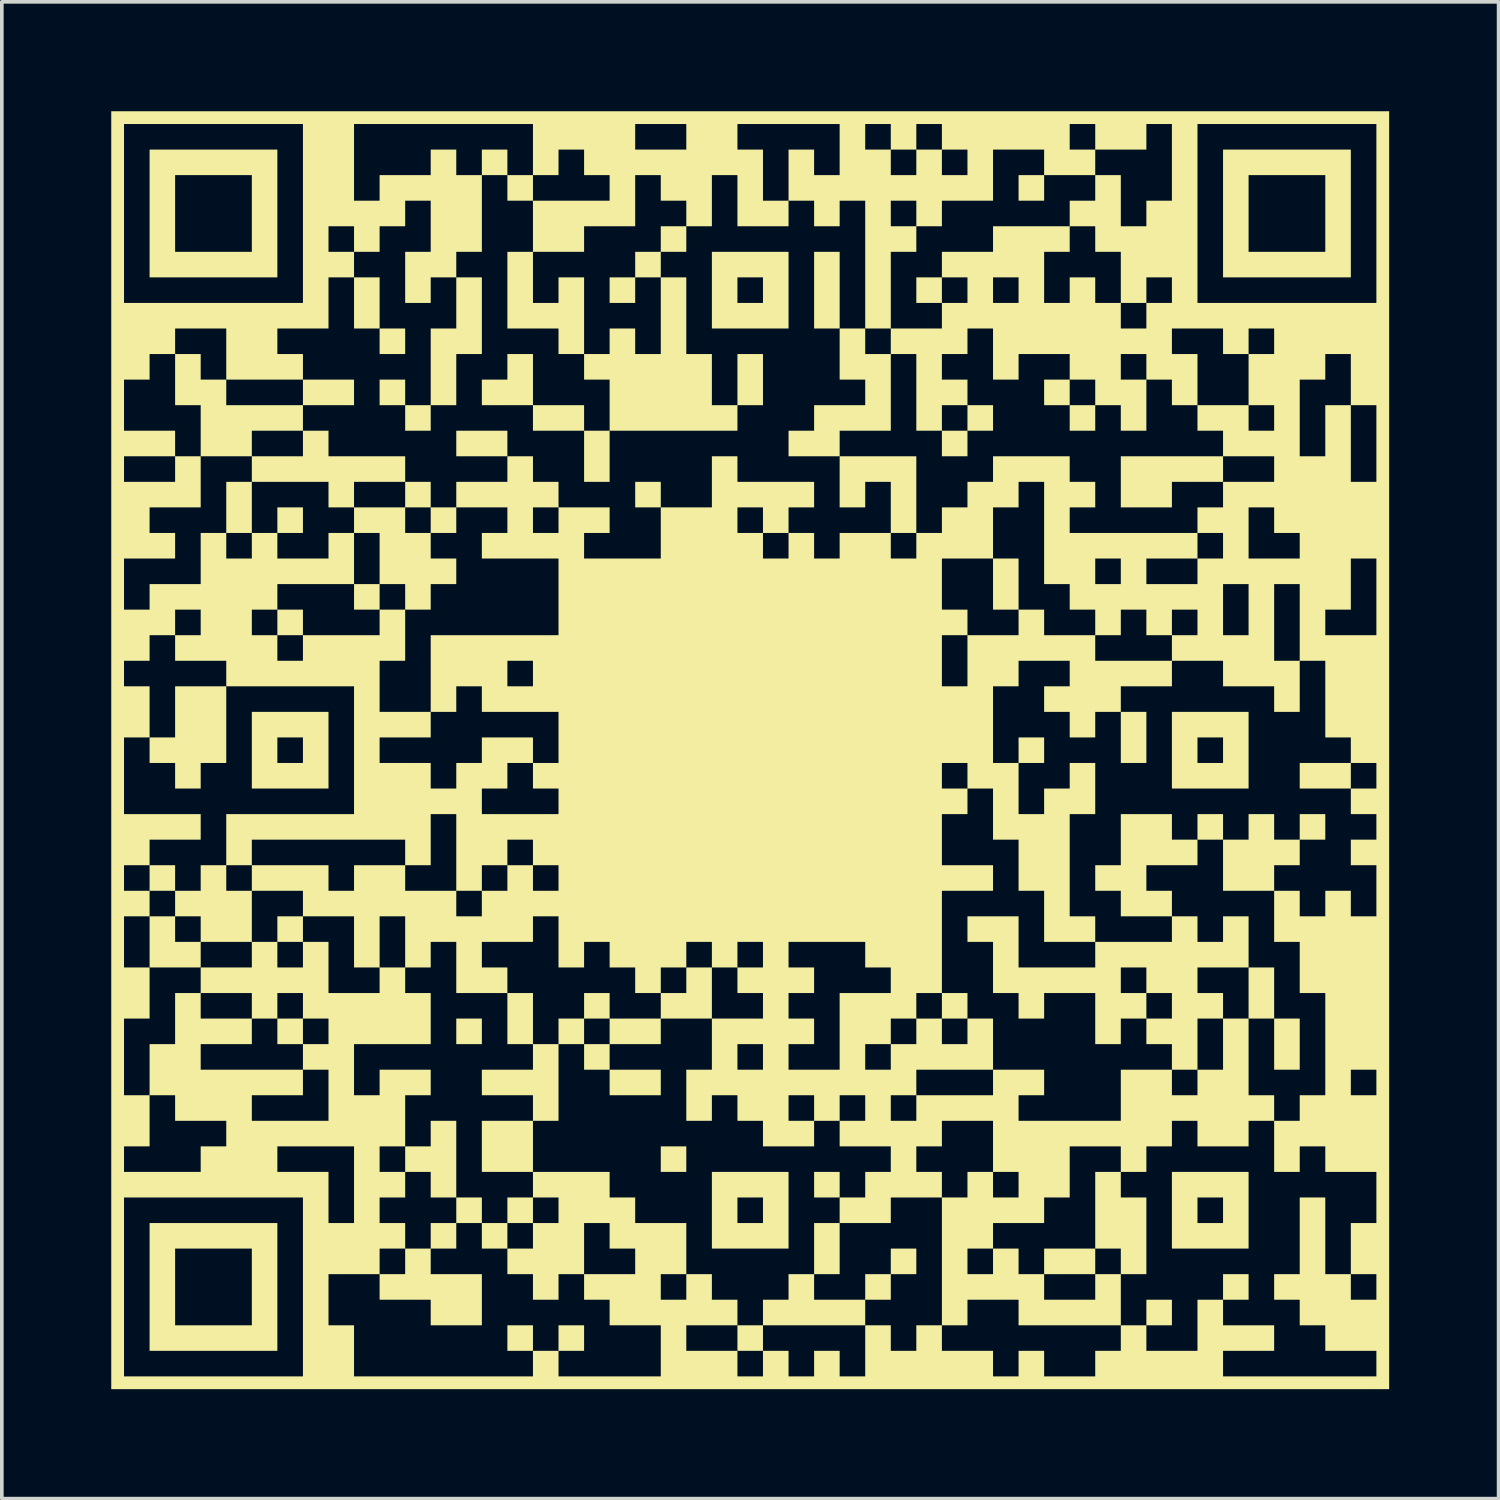
<source format=kicad_pcb>
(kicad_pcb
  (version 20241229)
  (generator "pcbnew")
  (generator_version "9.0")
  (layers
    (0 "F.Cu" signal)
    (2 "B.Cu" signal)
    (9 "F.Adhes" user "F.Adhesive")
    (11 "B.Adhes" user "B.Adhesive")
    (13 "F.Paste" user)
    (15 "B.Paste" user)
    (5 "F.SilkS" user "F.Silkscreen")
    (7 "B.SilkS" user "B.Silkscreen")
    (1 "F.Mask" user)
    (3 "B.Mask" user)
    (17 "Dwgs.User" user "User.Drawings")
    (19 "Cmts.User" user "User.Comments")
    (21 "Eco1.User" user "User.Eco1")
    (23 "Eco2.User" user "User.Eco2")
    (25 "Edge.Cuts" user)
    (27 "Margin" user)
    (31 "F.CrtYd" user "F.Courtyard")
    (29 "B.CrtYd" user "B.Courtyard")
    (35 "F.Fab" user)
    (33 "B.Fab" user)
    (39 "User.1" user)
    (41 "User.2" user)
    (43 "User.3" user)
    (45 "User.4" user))
  (footprint "QRCode1"
    (layer "F.Cu")
    (at 17.517 17.517)
    (property "Reference" "QRCode1" (at 0 0 0) (layer "F.SilkS") (effects (font (size 1.5 1.5) (thickness 0.3))))
    (attr board_only exclude_from_pos_files exclude_from_bom)
    (fp_poly (pts (xy -12.262 -6.306) (xy -12.262 -5.956) (xy -12.612 -5.956) (xy -12.963 -5.956) (xy -12.963 -6.306) (xy -12.963 -6.657) (xy -12.612 -6.657) (xy -12.262 -6.657)) (stroke (width 0) (type solid)) (fill yes) (layer "F.SilkS"))
    (fp_poly (pts (xy -12.262 -3.503) (xy -12.262 -3.153) (xy -12.612 -3.153) (xy -12.963 -3.153) (xy -12.963 -3.503) (xy -12.963 -3.854) (xy -12.612 -3.854) (xy -12.262 -3.854)) (stroke (width 0) (type solid)) (fill yes) (layer "F.SilkS"))
    (fp_poly (pts (xy -12.262 4.905) (xy -12.262 5.255) (xy -12.612 5.255) (xy -12.963 5.255) (xy -12.963 4.905) (xy -12.963 4.554) (xy -12.612 4.554) (xy -12.262 4.554)) (stroke (width 0) (type solid)) (fill yes) (layer "F.SilkS"))
    (fp_poly (pts (xy -12.262 7.708) (xy -12.262 8.058) (xy -12.612 8.058) (xy -12.963 8.058) (xy -12.963 7.708) (xy -12.963 7.357) (xy -12.612 7.357) (xy -12.262 7.357)) (stroke (width 0) (type solid)) (fill yes) (layer "F.SilkS"))
    (fp_poly (pts (xy -10.16 -12.262) (xy -10.16 -11.561) (xy -10.51 -11.561) (xy -10.861 -11.561) (xy -10.861 -12.262) (xy -10.861 -12.963) (xy -10.51 -12.963) (xy -10.16 -12.963)) (stroke (width 0) (type solid)) (fill yes) (layer "F.SilkS"))
    (fp_poly (pts (xy -9.459 -11.211) (xy -9.459 -10.861) (xy -9.81 -10.861) (xy -10.16 -10.861) (xy -10.16 -11.211) (xy -10.16 -11.561) (xy -9.81 -11.561) (xy -9.459 -11.561)) (stroke (width 0) (type solid)) (fill yes) (layer "F.SilkS"))
    (fp_poly (pts (xy -7.357 7.708) (xy -7.357 8.058) (xy -7.708 8.058) (xy -8.058 8.058) (xy -8.058 7.708) (xy -8.058 7.357) (xy -7.708 7.357) (xy -7.357 7.357)) (stroke (width 0) (type solid)) (fill yes) (layer "F.SilkS"))
    (fp_poly (pts (xy -6.657 -16.116) (xy -6.657 -15.766) (xy -7.007 -15.766) (xy -7.357 -15.766) (xy -7.357 -16.116) (xy -7.357 -16.466) (xy -7.007 -16.466) (xy -6.657 -16.466)) (stroke (width 0) (type solid)) (fill yes) (layer "F.SilkS"))
    (fp_poly (pts (xy -6.657 -8.408) (xy -6.657 -8.058) (xy -7.357 -8.058) (xy -8.058 -8.058) (xy -8.058 -8.408) (xy -8.058 -8.759) (xy -7.357 -8.759) (xy -6.657 -8.759)) (stroke (width 0) (type solid)) (fill yes) (layer "F.SilkS"))
    (fp_poly (pts (xy -5.956 -15.415) (xy -5.956 -15.065) (xy -6.306 -15.065) (xy -6.657 -15.065) (xy -6.657 -15.415) (xy -6.657 -15.766) (xy -6.306 -15.766) (xy -5.956 -15.766)) (stroke (width 0) (type solid)) (fill yes) (layer "F.SilkS"))
    (fp_poly (pts (xy -5.956 16.116) (xy -5.956 16.466) (xy -6.306 16.466) (xy -6.657 16.466) (xy -6.657 16.116) (xy -6.657 15.766) (xy -6.306 15.766) (xy -5.956 15.766)) (stroke (width 0) (type solid)) (fill yes) (layer "F.SilkS"))
    (fp_poly (pts (xy -4.554 16.116) (xy -4.554 16.466) (xy -4.905 16.466) (xy -5.255 16.466) (xy -5.255 16.116) (xy -5.255 15.766) (xy -4.905 15.766) (xy -4.554 15.766)) (stroke (width 0) (type solid)) (fill yes) (layer "F.SilkS"))
    (fp_poly (pts (xy -2.452 -7.007) (xy -2.452 -6.657) (xy -2.803 -6.657) (xy -3.153 -6.657) (xy -3.153 -7.007) (xy -3.153 -7.357) (xy -2.803 -7.357) (xy -2.452 -7.357)) (stroke (width 0) (type solid)) (fill yes) (layer "F.SilkS"))
    (fp_poly (pts (xy -2.452 9.109) (xy -2.452 9.459) (xy -3.153 9.459) (xy -3.854 9.459) (xy -3.854 9.109) (xy -3.854 8.759) (xy -3.153 8.759) (xy -2.452 8.759)) (stroke (width 0) (type solid)) (fill yes) (layer "F.SilkS"))
    (fp_poly (pts (xy -1.752 11.211) (xy -1.752 11.561) (xy -2.102 11.561) (xy -2.452 11.561) (xy -2.452 11.211) (xy -2.452 10.861) (xy -2.102 10.861) (xy -1.752 10.861)) (stroke (width 0) (type solid)) (fill yes) (layer "F.SilkS"))
    (fp_poly (pts (xy 2.452 -12.612) (xy 2.452 -11.561) (xy 2.102 -11.561) (xy 1.752 -11.561) (xy 1.752 -12.612) (xy 1.752 -13.663) (xy 2.102 -13.663) (xy 2.452 -13.663)) (stroke (width 0) (type solid)) (fill yes) (layer "F.SilkS"))
    (fp_poly (pts (xy 2.452 11.912) (xy 2.452 12.262) (xy 2.102 12.262) (xy 1.752 12.262) (xy 1.752 11.912) (xy 1.752 11.561) (xy 2.102 11.561) (xy 2.452 11.561)) (stroke (width 0) (type solid)) (fill yes) (layer "F.SilkS"))
    (fp_poly (pts (xy 5.255 -12.612) (xy 5.255 -12.262) (xy 4.905 -12.262) (xy 4.554 -12.262) (xy 4.554 -12.612) (xy 4.554 -12.963) (xy 4.905 -12.963) (xy 5.255 -12.963)) (stroke (width 0) (type solid)) (fill yes) (layer "F.SilkS"))
    (fp_poly (pts (xy 5.956 7.007) (xy 5.956 7.357) (xy 5.606 7.357) (xy 5.255 7.357) (xy 5.255 7.007) (xy 5.255 6.657) (xy 5.606 6.657) (xy 5.956 6.657)) (stroke (width 0) (type solid)) (fill yes) (layer "F.SilkS"))
    (fp_poly (pts (xy 7.357 -4.554) (xy 7.357 -3.854) (xy 7.007 -3.854) (xy 6.657 -3.854) (xy 6.657 -4.554) (xy 6.657 -5.255) (xy 7.007 -5.255) (xy 7.357 -5.255)) (stroke (width 0) (type solid)) (fill yes) (layer "F.SilkS"))
    (fp_poly (pts (xy 8.058 -15.415) (xy 8.058 -15.065) (xy 7.708 -15.065) (xy 7.357 -15.065) (xy 7.357 -15.415) (xy 7.357 -15.766) (xy 7.708 -15.766) (xy 8.058 -15.766)) (stroke (width 0) (type solid)) (fill yes) (layer "F.SilkS"))
    (fp_poly (pts (xy 8.058 0) (xy 8.058 0.35) (xy 7.708 0.35) (xy 7.357 0.35) (xy 7.357 0) (xy 7.357 -0.35) (xy 7.708 -0.35) (xy 8.058 -0.35)) (stroke (width 0) (type solid)) (fill yes) (layer "F.SilkS"))
    (fp_poly (pts (xy 8.759 -9.81) (xy 8.759 -9.459) (xy 8.408 -9.459) (xy 8.058 -9.459) (xy 8.058 -9.81) (xy 8.058 -10.16) (xy 8.408 -10.16) (xy 8.759 -10.16)) (stroke (width 0) (type solid)) (fill yes) (layer "F.SilkS"))
    (fp_poly (pts (xy 9.459 -9.109) (xy 9.459 -8.759) (xy 9.109 -8.759) (xy 8.759 -8.759) (xy 8.759 -9.109) (xy 8.759 -9.459) (xy 9.109 -9.459) (xy 9.459 -9.459)) (stroke (width 0) (type solid)) (fill yes) (layer "F.SilkS"))
    (fp_poly (pts (xy 10.861 -0.35) (xy 10.861 0.35) (xy 10.51 0.35) (xy 10.16 0.35) (xy 10.16 -0.35) (xy 10.16 -1.051) (xy 10.51 -1.051) (xy 10.861 -1.051)) (stroke (width 0) (type solid)) (fill yes) (layer "F.SilkS"))
    (fp_poly (pts (xy 11.561 15.415) (xy 11.561 15.766) (xy 11.211 15.766) (xy 10.861 15.766) (xy 10.861 15.415) (xy 10.861 15.065) (xy 11.211 15.065) (xy 11.561 15.065)) (stroke (width 0) (type solid)) (fill yes) (layer "F.SilkS"))
    (fp_poly (pts (xy 13.663 14.714) (xy 13.663 15.065) (xy 13.313 15.065) (xy 12.963 15.065) (xy 12.963 14.714) (xy 12.963 14.364) (xy 13.313 14.364) (xy 13.663 14.364)) (stroke (width 0) (type solid)) (fill yes) (layer "F.SilkS"))
    (fp_poly (pts (xy 14.364 6.657) (xy 14.364 7.357) (xy 14.014 7.357) (xy 13.663 7.357) (xy 13.663 6.657) (xy 13.663 5.956) (xy 14.014 5.956) (xy 14.364 5.956)) (stroke (width 0) (type solid)) (fill yes) (layer "F.SilkS"))
    (fp_poly (pts (xy 15.065 8.058) (xy 15.065 8.759) (xy 14.714 8.759) (xy 14.364 8.759) (xy 14.364 8.058) (xy 14.364 7.357) (xy 14.714 7.357) (xy 15.065 7.357)) (stroke (width 0) (type solid)) (fill yes) (layer "F.SilkS"))
    (fp_poly (pts (xy 16.466 0.701) (xy 16.466 1.051) (xy 15.766 1.051) (xy 15.065 1.051) (xy 15.065 0.701) (xy 15.065 0.35) (xy 15.766 0.35) (xy 16.466 0.35)) (stroke (width 0) (type solid)) (fill yes) (layer "F.SilkS"))
    (fp_poly (pts (xy -5.956 -10.16) (xy -5.956 -9.459) (xy -6.657 -9.459) (xy -7.357 -9.459) (xy -7.357 -9.81) (xy -7.357 -10.16) (xy -7.007 -10.16) (xy -6.657 -10.16) (xy -6.657 -10.51) (xy -6.657 -10.861) (xy -6.306 -10.861) (xy -5.956 -10.861)) (stroke (width 0) (type solid)) (fill yes) (layer "F.SilkS"))
    (fp_poly (pts (xy 12.963 -7.708) (xy 12.963 -7.357) (xy 12.262 -7.357) (xy 11.561 -7.357) (xy 11.561 -7.007) (xy 11.561 -6.657) (xy 10.861 -6.657) (xy 10.16 -6.657) (xy 10.16 -7.357) (xy 10.16 -8.058) (xy 11.561 -8.058) (xy 12.963 -8.058)) (stroke (width 0) (type solid)) (fill yes) (layer "F.SilkS"))
    (fp_poly (pts (xy -8.058 11.211) (xy -8.058 12.262) (xy -8.408 12.262) (xy -8.759 12.262) (xy -8.759 11.912) (xy -8.759 11.561) (xy -9.109 11.561) (xy -9.459 11.561) (xy -9.459 11.211) (xy -9.459 10.861) (xy -9.109 10.861) (xy -8.759 10.861) (xy -8.759 10.51) (xy -8.759 10.16) (xy -8.408 10.16) (xy -8.058 10.16)) (stroke (width 0) (type solid)) (fill yes) (layer "F.SilkS"))
    (fp_poly (pts (xy 4.554 -7.007) (xy 4.554 -5.956) (xy 4.204 -5.956) (xy 3.854 -5.956) (xy 3.854 -6.657) (xy 3.854 -7.357) (xy 3.503 -7.357) (xy 3.153 -7.357) (xy 3.153 -7.007) (xy 3.153 -6.657) (xy 2.803 -6.657) (xy 2.452 -6.657) (xy 2.452 -7.357) (xy 2.452 -8.058) (xy 3.503 -8.058) (xy 4.554 -8.058)) (stroke (width 0) (type solid)) (fill yes) (layer "F.SilkS"))
    (fp_poly (pts (xy 6.657 -9.109) (xy 6.657 -8.759) (xy 6.306 -8.759) (xy 5.956 -8.759) (xy 5.956 -8.408) (xy 5.956 -8.058) (xy 5.606 -8.058) (xy 5.255 -8.058) (xy 5.255 -8.408) (xy 5.255 -8.759) (xy 5.606 -8.759) (xy 5.956 -8.759) (xy 5.956 -9.109) (xy 5.956 -9.459) (xy 6.306 -9.459) (xy 6.657 -9.459)) (stroke (width 0) (type solid)) (fill yes) (layer "F.SilkS"))
    (fp_poly (pts (xy -12.963 -14.714) (xy -12.963 -12.963) (xy -14.714 -12.963) (xy -16.466 -12.963) (xy -16.466 -14.714) (xy -15.766 -14.714) (xy -15.766 -13.663) (xy -14.714 -13.663) (xy -13.663 -13.663) (xy -13.663 -14.714) (xy -13.663 -15.766) (xy -14.714 -15.766) (xy -15.766 -15.766) (xy -15.766 -14.714) (xy -16.466 -14.714) (xy -16.466 -16.466) (xy -14.714 -16.466) (xy -12.963 -16.466)) (stroke (width 0) (type solid)) (fill yes) (layer "F.SilkS"))
    (fp_poly (pts (xy -12.963 14.714) (xy -12.963 16.466) (xy -14.714 16.466) (xy -16.466 16.466) (xy -16.466 14.714) (xy -15.766 14.714) (xy -15.766 15.766) (xy -14.714 15.766) (xy -13.663 15.766) (xy -13.663 14.714) (xy -13.663 13.663) (xy -14.714 13.663) (xy -15.766 13.663) (xy -15.766 14.714) (xy -16.466 14.714) (xy -16.466 12.963) (xy -14.714 12.963) (xy -12.963 12.963)) (stroke (width 0) (type solid)) (fill yes) (layer "F.SilkS"))
    (fp_poly (pts (xy -11.561 0) (xy -11.561 1.051) (xy -12.612 1.051) (xy -13.663 1.051) (xy -13.663 0) (xy -12.963 0) (xy -12.963 0.35) (xy -12.612 0.35) (xy -12.262 0.35) (xy -12.262 0) (xy -12.262 -0.35) (xy -12.612 -0.35) (xy -12.963 -0.35) (xy -12.963 0) (xy -13.663 0) (xy -13.663 -1.051) (xy -12.612 -1.051) (xy -11.561 -1.051)) (stroke (width 0) (type solid)) (fill yes) (layer "F.SilkS"))
    (fp_poly (pts (xy 1.051 -12.612) (xy 1.051 -11.561) (xy 0 -11.561) (xy -1.051 -11.561) (xy -1.051 -12.612) (xy -0.35 -12.612) (xy -0.35 -12.262) (xy 0 -12.262) (xy 0.35 -12.262) (xy 0.35 -12.612) (xy 0.35 -12.963) (xy 0 -12.963) (xy -0.35 -12.963) (xy -0.35 -12.612) (xy -1.051 -12.612) (xy -1.051 -13.663) (xy 0 -13.663) (xy 1.051 -13.663)) (stroke (width 0) (type solid)) (fill yes) (layer "F.SilkS"))
    (fp_poly (pts (xy 1.051 12.612) (xy 1.051 13.663) (xy 0 13.663) (xy -1.051 13.663) (xy -1.051 12.612) (xy -0.35 12.612) (xy -0.35 12.963) (xy 0 12.963) (xy 0.35 12.963) (xy 0.35 12.612) (xy 0.35 12.262) (xy 0 12.262) (xy -0.35 12.262) (xy -0.35 12.612) (xy -1.051 12.612) (xy -1.051 11.561) (xy 0 11.561) (xy 1.051 11.561)) (stroke (width 0) (type solid)) (fill yes) (layer "F.SilkS"))
    (fp_poly (pts (xy 13.663 0) (xy 13.663 1.051) (xy 12.612 1.051) (xy 11.561 1.051) (xy 11.561 0) (xy 12.262 0) (xy 12.262 0.35) (xy 12.612 0.35) (xy 12.963 0.35) (xy 12.963 0) (xy 12.963 -0.35) (xy 12.612 -0.35) (xy 12.262 -0.35) (xy 12.262 0) (xy 11.561 0) (xy 11.561 -1.051) (xy 12.612 -1.051) (xy 13.663 -1.051)) (stroke (width 0) (type solid)) (fill yes) (layer "F.SilkS"))
    (fp_poly (pts (xy 13.663 12.612) (xy 13.663 13.663) (xy 12.612 13.663) (xy 11.561 13.663) (xy 11.561 12.612) (xy 12.262 12.612) (xy 12.262 12.963) (xy 12.612 12.963) (xy 12.963 12.963) (xy 12.963 12.612) (xy 12.963 12.262) (xy 12.612 12.262) (xy 12.262 12.262) (xy 12.262 12.612) (xy 11.561 12.612) (xy 11.561 11.561) (xy 12.612 11.561) (xy 13.663 11.561)) (stroke (width 0) (type solid)) (fill yes) (layer "F.SilkS"))
    (fp_poly (pts (xy 16.466 -14.714) (xy 16.466 -12.963) (xy 14.714 -12.963) (xy 12.963 -12.963) (xy 12.963 -14.714) (xy 13.663 -14.714) (xy 13.663 -13.663) (xy 14.714 -13.663) (xy 15.766 -13.663) (xy 15.766 -14.714) (xy 15.766 -15.766) (xy 14.714 -15.766) (xy 13.663 -15.766) (xy 13.663 -14.714) (xy 12.963 -14.714) (xy 12.963 -16.466) (xy 14.714 -16.466) (xy 16.466 -16.466)) (stroke (width 0) (type solid)) (fill yes) (layer "F.SilkS"))
    (fp_poly (pts (xy -14.364 -0.701) (xy -14.364 0.35) (xy -14.714 0.35) (xy -15.065 0.35) (xy -15.065 0.701) (xy -15.065 1.051) (xy -15.415 1.051) (xy -15.766 1.051) (xy -15.766 0.701) (xy -15.766 0.35) (xy -16.116 0.35) (xy -16.466 0.35) (xy -16.466 0) (xy -16.466 -0.35) (xy -16.116 -0.35) (xy -15.766 -0.35) (xy -15.766 -1.051) (xy -15.766 -1.752) (xy -15.065 -1.752) (xy -14.364 -1.752)) (stroke (width 0) (type solid)) (fill yes) (layer "F.SilkS"))
    (fp_poly (pts (xy -1.752 -14.014) (xy -1.752 -13.663) (xy -2.102 -13.663) (xy -2.452 -13.663) (xy -2.452 -13.313) (xy -2.452 -12.963) (xy -2.803 -12.963) (xy -3.153 -12.963) (xy -3.153 -12.612) (xy -3.153 -12.262) (xy -3.503 -12.262) (xy -3.854 -12.262) (xy -3.854 -12.612) (xy -3.854 -12.963) (xy -3.503 -12.963) (xy -3.153 -12.963) (xy -3.153 -13.313) (xy -3.153 -13.663) (xy -2.803 -13.663) (xy -2.452 -13.663) (xy -2.452 -14.014) (xy -2.452 -14.364) (xy -2.102 -14.364) (xy -1.752 -14.364)) (stroke (width 0) (type solid)) (fill yes) (layer "F.SilkS"))
    (fp_poly (pts (xy 10.16 11.912) (xy 10.16 12.262) (xy 10.51 12.262) (xy 10.861 12.262) (xy 10.861 13.313) (xy 10.861 14.364) (xy 10.51 14.364) (xy 10.16 14.364) (xy 10.16 14.014) (xy 10.16 13.663) (xy 9.81 13.663) (xy 9.459 13.663) (xy 9.459 14.014) (xy 9.459 14.364) (xy 8.759 14.364) (xy 8.058 14.364) (xy 8.058 14.014) (xy 8.058 13.663) (xy 8.759 13.663) (xy 9.459 13.663) (xy 9.459 12.612) (xy 9.459 11.561) (xy 9.81 11.561) (xy 10.16 11.561)) (stroke (width 0) (type solid)) (fill yes) (layer "F.SilkS"))
    (fp_poly (pts (xy 3.153 -11.211) (xy 3.153 -10.861) (xy 3.503 -10.861) (xy 3.854 -10.861) (xy 3.854 -9.81) (xy 3.854 -8.759) (xy 3.153 -8.759) (xy 2.452 -8.759) (xy 2.452 -8.408) (xy 2.452 -8.058) (xy 1.752 -8.058) (xy 1.051 -8.058) (xy 1.051 -8.408) (xy 1.051 -8.759) (xy 1.401 -8.759) (xy 1.752 -8.759) (xy 1.752 -9.109) (xy 1.752 -9.459) (xy 2.452 -9.459) (xy 3.153 -9.459) (xy 3.153 -9.81) (xy 3.153 -10.16) (xy 2.803 -10.16) (xy 2.452 -10.16) (xy 2.452 -10.861) (xy 2.452 -11.561) (xy 2.803 -11.561) (xy 3.153 -11.561)) (stroke (width 0) (type solid)) (fill yes) (layer "F.SilkS"))
    (fp_poly (pts (xy -7.357 -11.912) (xy -7.357 -10.861) (xy -7.708 -10.861) (xy -8.058 -10.861) (xy -8.058 -10.16) (xy -8.058 -9.459) (xy -8.408 -9.459) (xy -8.759 -9.459) (xy -8.759 -9.109) (xy -8.759 -8.759) (xy -9.109 -8.759) (xy -9.459 -8.759) (xy -9.459 -9.109) (xy -9.459 -9.459) (xy -9.81 -9.459) (xy -10.16 -9.459) (xy -10.16 -9.81) (xy -10.16 -10.16) (xy -9.81 -10.16) (xy -9.459 -10.16) (xy -9.459 -9.81) (xy -9.459 -9.459) (xy -9.109 -9.459) (xy -8.759 -9.459) (xy -8.759 -10.51) (xy -8.759 -11.561) (xy -8.408 -11.561) (xy -8.058 -11.561) (xy -8.058 -12.262) (xy -8.058 -12.963) (xy -7.708 -12.963) (xy -7.357 -12.963)) (stroke (width 0) (type solid)) (fill yes) (layer "F.SilkS"))
    (fp_poly (pts (xy -15.766 3.503) (xy -15.766 3.854) (xy -15.415 3.854) (xy -15.065 3.854) (xy -15.065 3.503) (xy -15.065 3.153) (xy -14.714 3.153) (xy -14.364 3.153) (xy -14.364 3.503) (xy -14.364 3.854) (xy -14.014 3.854) (xy -13.663 3.854) (xy -13.663 4.554) (xy -13.663 5.255) (xy -14.364 5.255) (xy -15.065 5.255) (xy -15.065 5.606) (xy -15.065 5.956) (xy -15.766 5.956) (xy -16.466 5.956) (xy -16.466 5.255) (xy -16.466 4.905) (xy -15.766 4.905) (xy -15.766 5.255) (xy -15.415 5.255) (xy -15.065 5.255) (xy -15.065 4.905) (xy -15.065 4.554) (xy -15.415 4.554) (xy -15.766 4.554) (xy -15.766 4.905) (xy -16.466 4.905) (xy -16.466 4.554) (xy -16.116 4.554) (xy -15.766 4.554) (xy -15.766 4.204) (xy -15.766 3.854) (xy -16.116 3.854) (xy -16.466 3.854) (xy -16.466 3.503) (xy -16.466 3.153) (xy -16.116 3.153) (xy -15.766 3.153)) (stroke (width 0) (type solid)) (fill yes) (layer "F.SilkS"))
    (fp_poly (pts (xy 2.452 13.663) (xy 2.452 14.364) (xy 2.102 14.364) (xy 1.752 14.364) (xy 1.752 14.714) (xy 1.752 15.065) (xy 2.452 15.065) (xy 3.153 15.065) (xy 3.153 14.714) (xy 3.153 14.364) (xy 3.503 14.364) (xy 3.854 14.364) (xy 3.854 14.014) (xy 3.854 13.663) (xy 4.204 13.663) (xy 4.554 13.663) (xy 4.554 14.014) (xy 4.554 14.364) (xy 4.204 14.364) (xy 3.854 14.364) (xy 3.854 14.714) (xy 3.854 15.065) (xy 3.503 15.065) (xy 3.153 15.065) (xy 3.153 15.415) (xy 3.153 15.766) (xy 1.752 15.766) (xy 0.35 15.766) (xy 0.35 16.116) (xy 0.35 16.466) (xy 0 16.466) (xy -0.35 16.466) (xy -0.35 16.116) (xy -0.35 15.766) (xy 0 15.766) (xy 0.35 15.766) (xy 0.35 15.415) (xy 0.35 15.065) (xy 0.701 15.065) (xy 1.051 15.065) (xy 1.051 14.714) (xy 1.051 14.364) (xy 1.401 14.364) (xy 1.752 14.364) (xy 1.752 13.663) (xy 1.752 12.963) (xy 2.102 12.963) (xy 2.452 12.963)) (stroke (width 0) (type solid)) (fill yes) (layer "F.SilkS"))
    (fp_poly (pts (xy -7.357 12.612) (xy -7.357 12.963) (xy -7.007 12.963) (xy -6.657 12.963) (xy -6.657 12.612) (xy -6.657 12.262) (xy -6.306 12.262) (xy -5.956 12.262) (xy -5.956 12.612) (xy -5.956 12.963) (xy -6.306 12.963) (xy -6.657 12.963) (xy -6.657 13.313) (xy -6.657 13.663) (xy -7.007 13.663) (xy -7.357 13.663) (xy -7.357 13.313) (xy -7.357 12.963) (xy -7.708 12.963) (xy -8.058 12.963) (xy -8.058 13.313) (xy -8.058 13.663) (xy -8.408 13.663) (xy -8.759 13.663) (xy -8.759 14.014) (xy -8.759 14.364) (xy -8.058 14.364) (xy -7.357 14.364) (xy -7.357 15.065) (xy -7.357 15.766) (xy -8.058 15.766) (xy -8.759 15.766) (xy -8.759 15.415) (xy -8.759 15.065) (xy -9.459 15.065) (xy -10.16 15.065) (xy -10.16 14.714) (xy -10.16 14.364) (xy -9.81 14.364) (xy -9.459 14.364) (xy -9.459 14.014) (xy -9.459 13.663) (xy -9.109 13.663) (xy -8.759 13.663) (xy -8.759 13.313) (xy -8.759 12.963) (xy -8.408 12.963) (xy -8.058 12.963) (xy -8.058 12.612) (xy -8.058 12.262) (xy -7.708 12.262) (xy -7.357 12.262)) (stroke (width 0) (type solid)) (fill yes) (layer "F.SilkS"))
    (fp_poly (pts (xy 11.561 2.102) (xy 11.561 2.452) (xy 11.912 2.452) (xy 12.262 2.452) (xy 12.262 2.102) (xy 12.262 1.752) (xy 12.612 1.752) (xy 12.963 1.752) (xy 12.963 2.102) (xy 12.963 2.452) (xy 13.313 2.452) (xy 13.663 2.452) (xy 13.663 2.102) (xy 13.663 1.752) (xy 14.014 1.752) (xy 14.364 1.752) (xy 14.364 2.102) (xy 14.364 2.452) (xy 14.714 2.452) (xy 15.065 2.452) (xy 15.065 2.102) (xy 15.065 1.752) (xy 15.415 1.752) (xy 15.766 1.752) (xy 15.766 2.102) (xy 15.766 2.452) (xy 15.415 2.452) (xy 15.065 2.452) (xy 15.065 2.803) (xy 15.065 3.153) (xy 14.714 3.153) (xy 14.364 3.153) (xy 14.364 3.503) (xy 14.364 3.854) (xy 13.663 3.854) (xy 12.963 3.854) (xy 12.963 3.153) (xy 12.963 2.452) (xy 12.612 2.452) (xy 12.262 2.452) (xy 12.262 2.803) (xy 12.262 3.153) (xy 11.561 3.153) (xy 10.861 3.153) (xy 10.861 3.503) (xy 10.861 3.854) (xy 11.211 3.854) (xy 11.561 3.854) (xy 11.561 4.204) (xy 11.561 4.554) (xy 10.861 4.554) (xy 10.16 4.554) (xy 10.16 4.204) (xy 10.16 3.854) (xy 9.81 3.854) (xy 9.459 3.854) (xy 9.459 3.503) (xy 9.459 3.153) (xy 9.81 3.153) (xy 10.16 3.153) (xy 10.16 2.452) (xy 10.16 1.752) (xy 10.861 1.752) (xy 11.561 1.752)) (stroke (width 0) (type solid)) (fill yes) (layer "F.SilkS"))
    (fp_poly (pts (xy -5.956 -12.963) (xy -5.956 -12.262) (xy -5.606 -12.262) (xy -5.255 -12.262) (xy -5.255 -12.612) (xy -5.255 -12.963) (xy -4.905 -12.963) (xy -4.554 -12.963) (xy -4.554 -11.912) (xy -4.554 -10.861) (xy -4.204 -10.861) (xy -3.854 -10.861) (xy -3.854 -11.211) (xy -3.854 -11.561) (xy -3.503 -11.561) (xy -3.153 -11.561) (xy -3.153 -11.211) (xy -3.153 -10.861) (xy -2.803 -10.861) (xy -2.452 -10.861) (xy -2.452 -11.912) (xy -2.452 -12.963) (xy -2.102 -12.963) (xy -1.752 -12.963) (xy -1.752 -11.912) (xy -1.752 -10.861) (xy -1.401 -10.861) (xy -1.051 -10.861) (xy -1.051 -10.16) (xy -1.051 -9.459) (xy -0.701 -9.459) (xy -0.35 -9.459) (xy -0.35 -10.16) (xy -0.35 -10.861) (xy 0 -10.861) (xy 0.35 -10.861) (xy 0.35 -10.16) (xy 0.35 -9.459) (xy 0 -9.459) (xy -0.35 -9.459) (xy -0.35 -9.109) (xy -0.35 -8.759) (xy -2.102 -8.759) (xy -3.854 -8.759) (xy -3.854 -8.058) (xy -3.854 -7.357) (xy -4.204 -7.357) (xy -4.554 -7.357) (xy -4.554 -8.058) (xy -4.554 -8.759) (xy -5.255 -8.759) (xy -5.956 -8.759) (xy -5.956 -9.109) (xy -5.956 -9.459) (xy -5.255 -9.459) (xy -4.554 -9.459) (xy -4.554 -9.109) (xy -4.554 -8.759) (xy -4.204 -8.759) (xy -3.854 -8.759) (xy -3.854 -9.459) (xy -3.854 -10.16) (xy -4.204 -10.16) (xy -4.554 -10.16) (xy -4.554 -10.51) (xy -4.554 -10.861) (xy -4.905 -10.861) (xy -5.255 -10.861) (xy -5.255 -11.211) (xy -5.255 -11.561) (xy -5.956 -11.561) (xy -6.657 -11.561) (xy -6.657 -12.612) (xy -6.657 -13.663) (xy -6.306 -13.663) (xy -5.956 -13.663)) (stroke (width 0) (type solid)) (fill yes) (layer "F.SilkS"))
    (fp_poly (pts (xy -1.051 6.657) (xy -1.051 7.357) (xy -1.752 7.357) (xy -2.452 7.357) (xy -2.452 7.708) (xy -2.452 8.058) (xy -3.153 8.058) (xy -3.854 8.058) (xy -3.854 8.408) (xy -3.854 8.759) (xy -4.204 8.759) (xy -4.554 8.759) (xy -4.554 8.408) (xy -4.554 8.058) (xy -4.905 8.058) (xy -5.255 8.058) (xy -5.255 9.109) (xy -5.255 10.16) (xy -5.606 10.16) (xy -5.956 10.16) (xy -5.956 10.861) (xy -5.956 11.561) (xy -6.657 11.561) (xy -7.357 11.561) (xy -7.357 10.861) (xy -7.357 10.16) (xy -6.657 10.16) (xy -5.956 10.16) (xy -5.956 9.81) (xy -5.956 9.459) (xy -6.657 9.459) (xy -7.357 9.459) (xy -7.357 9.109) (xy -7.357 8.759) (xy -6.657 8.759) (xy -5.956 8.759) (xy -5.956 8.408) (xy -5.956 8.058) (xy -6.306 8.058) (xy -6.657 8.058) (xy -6.657 7.357) (xy -6.657 6.657) (xy -6.306 6.657) (xy -5.956 6.657) (xy -5.956 7.357) (xy -5.956 8.058) (xy -5.606 8.058) (xy -5.255 8.058) (xy -5.255 7.708) (xy -4.554 7.708) (xy -4.554 8.058) (xy -4.204 8.058) (xy -3.854 8.058) (xy -3.854 7.708) (xy -3.854 7.357) (xy -4.204 7.357) (xy -4.554 7.357) (xy -4.554 7.708) (xy -5.255 7.708) (xy -5.255 7.357) (xy -4.905 7.357) (xy -4.554 7.357) (xy -4.554 7.007) (xy -4.554 6.657) (xy -4.204 6.657) (xy -3.854 6.657) (xy -3.854 7.007) (xy -3.854 7.357) (xy -3.153 7.357) (xy -2.452 7.357) (xy -2.452 7.007) (xy -2.452 6.657) (xy -2.102 6.657) (xy -1.752 6.657) (xy -1.752 6.306) (xy -1.752 5.956) (xy -1.401 5.956) (xy -1.051 5.956)) (stroke (width 0) (type solid)) (fill yes) (layer "F.SilkS"))
    (fp_poly (pts (xy 7.357 5.255) (xy 7.357 5.956) (xy 8.408 5.956) (xy 9.459 5.956) (xy 9.459 5.606) (xy 9.459 5.255) (xy 10.51 5.255) (xy 11.561 5.255) (xy 11.561 4.905) (xy 11.561 4.554) (xy 11.912 4.554) (xy 12.262 4.554) (xy 12.262 4.905) (xy 12.262 5.255) (xy 12.612 5.255) (xy 12.963 5.255) (xy 12.963 4.905) (xy 12.963 4.554) (xy 13.313 4.554) (xy 13.663 4.554) (xy 13.663 5.255) (xy 13.663 5.956) (xy 12.963 5.956) (xy 12.262 5.956) (xy 12.262 6.306) (xy 12.262 6.657) (xy 12.612 6.657) (xy 12.963 6.657) (xy 12.963 7.007) (xy 12.963 7.357) (xy 12.612 7.357) (xy 12.262 7.357) (xy 12.262 8.058) (xy 12.262 8.759) (xy 11.912 8.759) (xy 11.561 8.759) (xy 11.561 8.408) (xy 11.561 8.058) (xy 11.211 8.058) (xy 10.861 8.058) (xy 10.861 7.708) (xy 10.861 7.357) (xy 10.51 7.357) (xy 10.16 7.357) (xy 10.16 7.708) (xy 10.16 8.058) (xy 9.81 8.058) (xy 9.459 8.058) (xy 9.459 7.357) (xy 9.459 7.007) (xy 10.861 7.007) (xy 10.861 7.357) (xy 11.211 7.357) (xy 11.561 7.357) (xy 11.561 7.007) (xy 11.561 6.657) (xy 11.211 6.657) (xy 10.861 6.657) (xy 10.861 7.007) (xy 9.459 7.007) (xy 9.459 6.657) (xy 8.759 6.657) (xy 8.058 6.657) (xy 8.058 7.007) (xy 8.058 7.357) (xy 7.708 7.357) (xy 7.357 7.357) (xy 7.357 7.007) (xy 7.357 6.657) (xy 7.007 6.657) (xy 6.657 6.657) (xy 6.657 6.306) (xy 10.16 6.306) (xy 10.16 6.657) (xy 10.51 6.657) (xy 10.861 6.657) (xy 10.861 6.306) (xy 10.861 5.956) (xy 10.51 5.956) (xy 10.16 5.956) (xy 10.16 6.306) (xy 6.657 6.306) (xy 6.657 5.956) (xy 6.657 5.255) (xy 6.306 5.255) (xy 5.956 5.255) (xy 5.956 4.905) (xy 5.956 4.554) (xy 6.657 4.554) (xy 7.357 4.554)) (stroke (width 0) (type solid)) (fill yes) (layer "F.SilkS"))
    (fp_poly (pts (xy -15.065 -10.51) (xy -15.065 -10.16) (xy -14.714 -10.16) (xy -14.364 -10.16) (xy -14.364 -9.81) (xy -14.364 -9.459) (xy -13.313 -9.459) (xy -12.262 -9.459) (xy -12.262 -9.81) (xy -12.262 -10.16) (xy -11.561 -10.16) (xy -10.861 -10.16) (xy -10.861 -9.81) (xy -10.861 -9.459) (xy -11.561 -9.459) (xy -12.262 -9.459) (xy -12.262 -9.109) (xy -12.262 -8.759) (xy -12.963 -8.759) (xy -13.663 -8.759) (xy -13.663 -8.408) (xy -13.663 -8.058) (xy -12.963 -8.058) (xy -12.262 -8.058) (xy -12.262 -8.408) (xy -12.262 -8.759) (xy -11.912 -8.759) (xy -11.561 -8.759) (xy -11.561 -8.408) (xy -11.561 -8.058) (xy -10.51 -8.058) (xy -9.459 -8.058) (xy -9.459 -7.708) (xy -9.459 -7.357) (xy -10.16 -7.357) (xy -10.861 -7.357) (xy -10.861 -7.007) (xy -10.861 -6.657) (xy -10.16 -6.657) (xy -9.459 -6.657) (xy -9.459 -7.007) (xy -9.459 -7.357) (xy -9.109 -7.357) (xy -8.759 -7.357) (xy -8.759 -7.007) (xy -8.759 -6.657) (xy -9.109 -6.657) (xy -9.459 -6.657) (xy -9.459 -6.306) (xy -9.459 -5.956) (xy -9.109 -5.956) (xy -8.759 -5.956) (xy -8.759 -6.306) (xy -8.759 -6.657) (xy -8.408 -6.657) (xy -8.058 -6.657) (xy -8.058 -6.306) (xy -8.058 -5.956) (xy -8.408 -5.956) (xy -8.759 -5.956) (xy -8.759 -5.606) (xy -8.759 -5.255) (xy -8.408 -5.255) (xy -8.058 -5.255) (xy -8.058 -4.905) (xy -8.058 -4.554) (xy -8.408 -4.554) (xy -8.759 -4.554) (xy -8.759 -4.204) (xy -8.759 -3.854) (xy -9.109 -3.854) (xy -9.459 -3.854) (xy -9.459 -4.204) (xy -9.459 -4.554) (xy -9.81 -4.554) (xy -10.16 -4.554) (xy -10.16 -4.204) (xy -10.16 -3.854) (xy -10.51 -3.854) (xy -10.861 -3.854) (xy -10.861 -4.204) (xy -10.861 -4.554) (xy -10.51 -4.554) (xy -10.16 -4.554) (xy -10.16 -5.255) (xy -10.16 -5.956) (xy -10.51 -5.956) (xy -10.861 -5.956) (xy -10.861 -6.306) (xy -10.861 -6.657) (xy -11.211 -6.657) (xy -11.561 -6.657) (xy -11.561 -7.007) (xy -11.561 -7.357) (xy -12.612 -7.357) (xy -13.663 -7.357) (xy -13.663 -6.657) (xy -13.663 -5.956) (xy -14.014 -5.956) (xy -14.364 -5.956) (xy -14.364 -6.657) (xy -14.364 -7.357) (xy -14.014 -7.357) (xy -13.663 -7.357) (xy -13.663 -7.708) (xy -13.663 -8.058) (xy -14.364 -8.058) (xy -15.065 -8.058) (xy -15.065 -8.759) (xy -15.065 -9.459) (xy -15.415 -9.459) (xy -15.766 -9.459) (xy -15.766 -10.16) (xy -15.766 -10.861) (xy -15.415 -10.861) (xy -15.065 -10.861)) (stroke (width 0) (type solid)) (fill yes) (layer "F.SilkS"))
    (fp_poly (pts (xy 17.517 0) (xy 17.517 17.517) (xy 0 17.517) (xy -17.517 17.517) (xy -17.517 14.714) (xy -17.167 14.714) (xy -17.167 17.167) (xy -14.714 17.167) (xy -12.262 17.167) (xy -12.262 14.714) (xy -12.262 12.262) (xy -14.714 12.262) (xy -17.167 12.262) (xy -17.167 14.714) (xy -17.517 14.714) (xy -17.517 10.861) (xy -17.167 10.861) (xy -17.167 11.211) (xy -17.167 11.561) (xy -16.116 11.561) (xy -15.065 11.561) (xy -15.065 11.211) (xy -12.963 11.211) (xy -12.963 11.561) (xy -12.262 11.561) (xy -11.561 11.561) (xy -11.561 12.262) (xy -11.561 12.963) (xy -11.211 12.963) (xy -10.861 12.963) (xy -10.861 11.912) (xy -10.861 10.861) (xy -11.912 10.861) (xy -12.963 10.861) (xy -12.963 11.211) (xy -15.065 11.211) (xy -15.065 10.861) (xy -14.714 10.861) (xy -14.364 10.861) (xy -14.364 10.51) (xy -14.364 10.16) (xy -15.065 10.16) (xy -15.766 10.16) (xy -15.766 9.81) (xy -15.766 9.459) (xy -13.663 9.459) (xy -13.663 9.81) (xy -13.663 10.16) (xy -12.612 10.16) (xy -11.561 10.16) (xy -11.561 9.459) (xy -11.561 8.759) (xy -11.912 8.759) (xy -12.262 8.759) (xy -12.262 9.109) (xy -12.262 9.459) (xy -12.963 9.459) (xy -13.663 9.459) (xy -15.766 9.459) (xy -16.116 9.459) (xy -16.466 9.459) (xy -16.466 10.16) (xy -16.466 10.861) (xy -16.817 10.861) (xy -17.167 10.861) (xy -17.517 10.861) (xy -17.517 0) (xy -17.517 -2.452) (xy -17.167 -2.452) (xy -17.167 -2.102) (xy -17.167 -1.752) (xy -16.817 -1.752) (xy -16.466 -1.752) (xy -16.466 -1.051) (xy -16.466 -0.35) (xy -16.817 -0.35) (xy -17.167 -0.35) (xy -17.167 0.701) (xy -17.167 1.752) (xy -16.116 1.752) (xy -15.065 1.752) (xy -15.065 2.102) (xy -15.065 2.452) (xy -15.766 2.452) (xy -16.466 2.452) (xy -16.466 2.803) (xy -16.466 3.153) (xy -16.817 3.153) (xy -17.167 3.153) (xy -17.167 3.503) (xy -17.167 3.854) (xy -16.817 3.854) (xy -16.466 3.854) (xy -16.466 4.204) (xy -16.466 4.554) (xy -16.817 4.554) (xy -17.167 4.554) (xy -17.167 5.255) (xy -17.167 5.956) (xy -16.817 5.956) (xy -16.466 5.956) (xy -16.466 6.657) (xy -16.466 7.357) (xy -16.817 7.357) (xy -17.167 7.357) (xy -17.167 8.408) (xy -17.167 9.459) (xy -16.817 9.459) (xy -16.466 9.459) (xy -16.466 8.759) (xy -16.466 8.058) (xy -16.116 8.058) (xy -15.766 8.058) (xy -15.766 7.357) (xy -15.766 7.007) (xy -15.065 7.007) (xy -15.065 7.357) (xy -14.364 7.357) (xy -13.663 7.357) (xy -13.663 7.708) (xy -13.663 8.058) (xy -14.364 8.058) (xy -15.065 8.058) (xy -15.065 8.408) (xy -15.065 8.759) (xy -13.663 8.759) (xy -12.262 8.759) (xy -12.262 8.408) (xy -12.262 8.058) (xy -11.912 8.058) (xy -11.561 8.058) (xy -11.561 7.708) (xy -11.561 7.357) (xy -11.912 7.357) (xy -12.262 7.357) (xy -12.262 7.007) (xy -12.262 6.657) (xy -12.612 6.657) (xy -12.963 6.657) (xy -12.963 7.007) (xy -12.963 7.357) (xy -13.313 7.357) (xy -13.663 7.357) (xy -13.663 7.007) (xy -13.663 6.657) (xy -14.364 6.657) (xy -15.065 6.657) (xy -15.065 7.007) (xy -15.766 7.007) (xy -15.766 6.657) (xy -15.415 6.657) (xy -15.065 6.657) (xy -15.065 6.306) (xy -15.065 5.956) (xy -14.364 5.956) (xy -13.663 5.956) (xy -13.663 5.606) (xy -13.663 5.255) (xy -13.313 5.255) (xy -12.963 5.255) (xy -12.963 5.606) (xy -12.963 5.956) (xy -12.612 5.956) (xy -12.262 5.956) (xy -12.262 5.606) (xy -12.262 5.255) (xy -11.912 5.255) (xy -11.561 5.255) (xy -11.561 5.956) (xy -11.561 6.657) (xy -10.861 6.657) (xy -10.16 6.657) (xy -10.16 6.306) (xy -10.16 5.956) (xy -9.81 5.956) (xy -9.459 5.956) (xy -9.459 6.306) (xy -9.459 6.657) (xy -9.109 6.657) (xy -8.759 6.657) (xy -8.759 7.357) (xy -8.759 8.058) (xy -9.81 8.058) (xy -10.861 8.058) (xy -10.861 8.759) (xy -10.861 9.459) (xy -10.51 9.459) (xy -10.16 9.459) (xy -10.16 9.109) (xy -10.16 8.759) (xy -9.459 8.759) (xy -8.759 8.759) (xy -8.759 9.109) (xy -8.759 9.459) (xy -9.109 9.459) (xy -9.459 9.459) (xy -9.459 10.16) (xy -9.459 10.861) (xy -9.81 10.861) (xy -10.16 10.861) (xy -10.16 11.211) (xy -10.16 11.561) (xy -9.81 11.561) (xy -9.459 11.561) (xy -9.459 11.912) (xy -9.459 12.262) (xy -9.81 12.262) (xy -10.16 12.262) (xy -10.16 12.612) (xy -10.16 12.963) (xy -9.81 12.963) (xy -9.459 12.963) (xy -9.459 13.313) (xy -9.459 13.663) (xy -9.81 13.663) (xy -10.16 13.663) (xy -10.16 14.014) (xy -10.16 14.364) (xy -10.861 14.364) (xy -11.561 14.364) (xy -11.561 15.065) (xy -11.561 15.766) (xy -11.211 15.766) (xy -10.861 15.766) (xy -10.861 16.466) (xy -10.861 17.167) (xy -8.408 17.167) (xy -5.956 17.167) (xy -5.956 16.817) (xy -5.956 16.466) (xy -5.606 16.466) (xy -5.255 16.466) (xy -5.255 16.817) (xy -5.255 17.167) (xy -3.854 17.167) (xy -2.452 17.167) (xy -2.452 16.466) (xy -2.452 15.766) (xy -3.153 15.766) (xy -3.854 15.766) (xy -3.854 15.415) (xy -3.854 15.065) (xy -4.204 15.065) (xy -4.554 15.065) (xy -4.554 14.714) (xy -4.554 14.364) (xy -3.854 14.364) (xy -3.153 14.364) (xy -3.153 14.014) (xy -3.153 13.663) (xy -3.503 13.663) (xy -3.854 13.663) (xy -3.854 13.313) (xy -3.854 12.963) (xy -4.204 12.963) (xy -4.554 12.963) (xy -4.554 13.663) (xy -4.554 14.364) (xy -4.905 14.364) (xy -5.255 14.364) (xy -5.255 14.714) (xy -5.255 15.065) (xy -5.606 15.065) (xy -5.956 15.065) (xy -5.956 14.714) (xy -5.956 14.364) (xy -6.306 14.364) (xy -6.657 14.364) (xy -6.657 14.014) (xy -6.657 13.663) (xy -6.306 13.663) (xy -5.956 13.663) (xy -5.956 13.313) (xy -5.956 12.963) (xy -5.606 12.963) (xy -5.255 12.963) (xy -5.255 12.612) (xy -5.255 12.262) (xy -5.606 12.262) (xy -5.956 12.262) (xy -5.956 11.912) (xy -5.956 11.561) (xy -4.905 11.561) (xy -3.854 11.561) (xy -3.854 11.912) (xy -3.854 12.262) (xy -3.503 12.262) (xy -3.153 12.262) (xy -3.153 12.612) (xy -3.153 12.963) (xy -2.452 12.963) (xy -1.752 12.963) (xy -1.752 13.663) (xy -1.752 14.364) (xy -2.102 14.364) (xy -2.452 14.364) (xy -2.452 14.714) (xy -2.452 15.065) (xy -2.102 15.065) (xy -1.752 15.065) (xy -1.752 14.714) (xy -1.752 14.364) (xy -1.401 14.364) (xy -1.051 14.364) (xy -1.051 14.714) (xy -1.051 15.065) (xy -0.701 15.065) (xy -0.35 15.065) (xy -0.35 15.415) (xy -0.35 15.766) (xy -1.051 15.766) (xy -1.752 15.766) (xy -1.752 16.116) (xy -1.752 16.466) (xy -1.051 16.466) (xy -0.35 16.466) (xy -0.35 16.817) (xy -0.35 17.167) (xy 0 17.167) (xy 0.35 17.167) (xy 0.35 16.817) (xy 0.35 16.466) (xy 0.701 16.466) (xy 1.051 16.466) (xy 1.051 16.817) (xy 1.051 17.167) (xy 1.401 17.167) (xy 1.752 17.167) (xy 1.752 16.817) (xy 1.752 16.466) (xy 2.102 16.466) (xy 2.452 16.466) (xy 2.452 16.817) (xy 2.452 17.167) (xy 2.803 17.167) (xy 3.153 17.167) (xy 3.153 16.466) (xy 3.153 15.766) (xy 3.503 15.766) (xy 3.854 15.766) (xy 3.854 16.116) (xy 3.854 16.466) (xy 4.204 16.466) (xy 4.554 16.466) (xy 4.554 16.116) (xy 4.554 15.766) (xy 4.905 15.766) (xy 5.255 15.766) (xy 5.255 16.116) (xy 5.255 16.466) (xy 5.956 16.466) (xy 6.657 16.466) (xy 6.657 16.817) (xy 6.657 17.167) (xy 7.007 17.167) (xy 7.357 17.167) (xy 7.357 16.817) (xy 7.357 16.466) (xy 7.708 16.466) (xy 8.058 16.466) (xy 8.058 16.817) (xy 8.058 17.167) (xy 8.759 17.167) (xy 9.459 17.167) (xy 9.459 16.817) (xy 9.459 16.466) (xy 9.81 16.466) (xy 10.16 16.466) (xy 10.16 16.116) (xy 10.16 15.766) (xy 10.51 15.766) (xy 10.861 15.766) (xy 10.861 16.116) (xy 10.861 16.466) (xy 11.561 16.466) (xy 12.262 16.466) (xy 12.262 15.766) (xy 12.262 15.065) (xy 12.612 15.065) (xy 12.963 15.065) (xy 12.963 15.415) (xy 12.963 15.766) (xy 13.663 15.766) (xy 14.364 15.766) (xy 14.364 16.116) (xy 14.364 16.466) (xy 13.663 16.466) (xy 12.963 16.466) (xy 12.963 16.817) (xy 12.963 17.167) (xy 15.065 17.167) (xy 17.167 17.167) (xy 17.167 16.817) (xy 17.167 16.466) (xy 16.466 16.466) (xy 15.766 16.466) (xy 15.766 16.116) (xy 15.766 15.766) (xy 15.415 15.766) (xy 15.065 15.766) (xy 15.065 15.415) (xy 15.065 15.065) (xy 14.714 15.065) (xy 14.364 15.065) (xy 14.364 14.714) (xy 16.466 14.714) (xy 16.466 15.065) (xy 16.817 15.065) (xy 17.167 15.065) (xy 17.167 14.714) (xy 17.167 14.364) (xy 16.817 14.364) (xy 16.466 14.364) (xy 16.466 14.714) (xy 14.364 14.714) (xy 14.364 14.364) (xy 14.714 14.364) (xy 15.065 14.364) (xy 15.065 13.313) (xy 15.065 12.262) (xy 15.415 12.262) (xy 15.766 12.262) (xy 15.766 13.313) (xy 15.766 14.364) (xy 16.116 14.364) (xy 16.466 14.364) (xy 16.466 13.663) (xy 16.466 12.963) (xy 16.817 12.963) (xy 17.167 12.963) (xy 17.167 12.262) (xy 17.167 11.561) (xy 16.466 11.561) (xy 15.766 11.561) (xy 15.766 11.211) (xy 15.766 10.861) (xy 15.415 10.861) (xy 15.065 10.861) (xy 15.065 11.211) (xy 15.065 11.561) (xy 14.714 11.561) (xy 14.364 11.561) (xy 14.364 10.861) (xy 14.364 10.16) (xy 14.714 10.16) (xy 15.065 10.16) (xy 15.065 9.81) (xy 15.065 9.459) (xy 15.415 9.459) (xy 15.766 9.459) (xy 15.766 9.109) (xy 16.466 9.109) (xy 16.466 9.459) (xy 16.817 9.459) (xy 17.167 9.459) (xy 17.167 9.109) (xy 17.167 8.759) (xy 16.817 8.759) (xy 16.466 8.759) (xy 16.466 9.109) (xy 15.766 9.109) (xy 15.766 8.058) (xy 15.766 6.657) (xy 15.415 6.657) (xy 15.065 6.657) (xy 15.065 5.956) (xy 15.065 5.255) (xy 14.714 5.255) (xy 14.364 5.255) (xy 14.364 4.554) (xy 14.364 3.854) (xy 14.714 3.854) (xy 15.065 3.854) (xy 15.065 4.204) (xy 15.065 4.554) (xy 15.415 4.554) (xy 15.766 4.554) (xy 15.766 4.204) (xy 15.766 3.854) (xy 16.116 3.854) (xy 16.466 3.854) (xy 16.466 4.204) (xy 16.466 4.554) (xy 16.817 4.554) (xy 17.167 4.554) (xy 17.167 3.854) (xy 17.167 3.153) (xy 16.817 3.153) (xy 16.466 3.153) (xy 16.466 2.803) (xy 16.466 2.452) (xy 16.817 2.452) (xy 17.167 2.452) (xy 17.167 2.102) (xy 17.167 1.752) (xy 16.817 1.752) (xy 16.466 1.752) (xy 16.466 1.401) (xy 16.466 1.051) (xy 16.817 1.051) (xy 17.167 1.051) (xy 17.167 0.701) (xy 17.167 0.35) (xy 16.817 0.35) (xy 16.466 0.35) (xy 16.466 0) (xy 16.466 -0.35) (xy 16.116 -0.35) (xy 15.766 -0.35) (xy 15.766 -1.401) (xy 15.766 -2.452) (xy 15.415 -2.452) (xy 15.065 -2.452) (xy 15.065 -1.752) (xy 15.065 -1.051) (xy 14.714 -1.051) (xy 14.364 -1.051) (xy 14.364 -1.401) (xy 14.364 -1.752) (xy 13.663 -1.752) (xy 12.963 -1.752) (xy 12.963 -2.102) (xy 12.963 -2.452) (xy 12.262 -2.452) (xy 11.561 -2.452) (xy 11.561 -2.102) (xy 11.561 -1.752) (xy 10.861 -1.752) (xy 10.16 -1.752) (xy 10.16 -1.401) (xy 10.16 -1.051) (xy 9.81 -1.051) (xy 9.459 -1.051) (xy 9.459 -0.701) (xy 9.459 -0.35) (xy 9.109 -0.35) (xy 8.759 -0.35) (xy 8.759 -0.701) (xy 8.759 -1.051) (xy 8.408 -1.051) (xy 8.058 -1.051) (xy 8.058 -1.401) (xy 8.058 -1.752) (xy 8.408 -1.752) (xy 8.759 -1.752) (xy 8.759 -2.102) (xy 8.759 -2.452) (xy 8.058 -2.452) (xy 7.357 -2.452) (xy 7.357 -2.102) (xy 7.357 -1.752) (xy 7.007 -1.752) (xy 6.657 -1.752) (xy 6.657 -0.701) (xy 6.657 0.35) (xy 7.007 0.35) (xy 7.357 0.35) (xy 7.357 1.051) (xy 7.357 1.752) (xy 7.708 1.752) (xy 8.058 1.752) (xy 8.058 1.401) (xy 8.058 1.051) (xy 8.408 1.051) (xy 8.759 1.051) (xy 8.759 0.701) (xy 8.759 0.35) (xy 9.109 0.35) (xy 9.459 0.35) (xy 9.459 1.051) (xy 9.459 1.752) (xy 9.109 1.752) (xy 8.759 1.752) (xy 8.759 3.153) (xy 8.759 4.554) (xy 9.109 4.554) (xy 9.459 4.554) (xy 9.459 4.905) (xy 9.459 5.255) (xy 8.759 5.255) (xy 8.058 5.255) (xy 8.058 4.554) (xy 8.058 3.854) (xy 7.708 3.854) (xy 7.357 3.854) (xy 7.357 3.153) (xy 7.357 2.452) (xy 7.007 2.452) (xy 6.657 2.452) (xy 6.657 1.752) (xy 6.657 1.051) (xy 6.306 1.051) (xy 5.956 1.051) (xy 5.956 1.401) (xy 5.956 1.752) (xy 5.606 1.752) (xy 5.255 1.752) (xy 5.255 2.452) (xy 5.255 3.153) (xy 5.956 3.153) (xy 6.657 3.153) (xy 6.657 3.503) (xy 6.657 3.854) (xy 5.956 3.854) (xy 5.255 3.854) (xy 5.255 5.255) (xy 5.255 6.657) (xy 4.905 6.657) (xy 4.554 6.657) (xy 4.554 7.007) (xy 4.554 7.357) (xy 4.204 7.357) (xy 3.854 7.357) (xy 3.854 7.708) (xy 3.854 8.058) (xy 3.503 8.058) (xy 3.153 8.058) (xy 3.153 8.408) (xy 3.153 8.759) (xy 3.503 8.759) (xy 3.854 8.759) (xy 3.854 8.408) (xy 3.854 8.058) (xy 4.204 8.058) (xy 4.554 8.058) (xy 4.554 7.708) (xy 4.554 7.357) (xy 4.905 7.357) (xy 5.255 7.357) (xy 5.255 7.708) (xy 5.255 8.058) (xy 5.606 8.058) (xy 5.956 8.058) (xy 5.956 7.708) (xy 5.956 7.357) (xy 6.306 7.357) (xy 6.657 7.357) (xy 6.657 8.058) (xy 6.657 8.759) (xy 5.606 8.759) (xy 4.554 8.759) (xy 4.554 9.109) (xy 4.554 9.459) (xy 4.204 9.459) (xy 3.854 9.459) (xy 3.854 9.81) (xy 3.854 10.16) (xy 4.204 10.16) (xy 4.554 10.16) (xy 4.554 9.81) (xy 4.554 9.459) (xy 5.606 9.459) (xy 6.657 9.459) (xy 6.657 9.109) (xy 6.657 8.759) (xy 7.357 8.759) (xy 8.058 8.759) (xy 8.058 9.109) (xy 8.058 9.459) (xy 7.708 9.459) (xy 7.357 9.459) (xy 7.357 9.81) (xy 7.357 10.16) (xy 8.759 10.16) (xy 10.16 10.16) (xy 10.16 9.459) (xy 10.16 8.759) (xy 10.861 8.759) (xy 11.561 8.759) (xy 11.561 9.109) (xy 11.561 9.459) (xy 11.912 9.459) (xy 12.262 9.459) (xy 12.262 9.109) (xy 12.262 8.759) (xy 12.612 8.759) (xy 12.963 8.759) (xy 12.963 8.058) (xy 12.963 7.357) (xy 13.313 7.357) (xy 13.663 7.357) (xy 13.663 8.408) (xy 13.663 9.459) (xy 14.014 9.459) (xy 14.364 9.459) (xy 14.364 9.81) (xy 14.364 10.16) (xy 14.014 10.16) (xy 13.663 10.16) (xy 13.663 10.51) (xy 13.663 10.861) (xy 12.963 10.861) (xy 12.262 10.861) (xy 12.262 10.51) (xy 12.262 10.16) (xy 11.912 10.16) (xy 11.561 10.16) (xy 11.561 10.51) (xy 11.561 10.861) (xy 11.211 10.861) (xy 10.861 10.861) (xy 10.861 11.211) (xy 10.861 11.561) (xy 10.51 11.561) (xy 10.16 11.561) (xy 10.16 11.211) (xy 10.16 10.861) (xy 9.459 10.861) (xy 8.759 10.861) (xy 8.759 11.561) (xy 8.759 12.262) (xy 8.408 12.262) (xy 8.058 12.262) (xy 8.058 12.612) (xy 8.058 12.963) (xy 7.357 12.963) (xy 6.657 12.963) (xy 6.657 13.313) (xy 6.657 13.663) (xy 6.306 13.663) (xy 5.956 13.663) (xy 5.956 14.014) (xy 5.956 14.364) (xy 6.306 14.364) (xy 6.657 14.364) (xy 6.657 14.014) (xy 6.657 13.663) (xy 7.007 13.663) (xy 7.357 13.663) (xy 7.357 14.014) (xy 7.357 14.364) (xy 7.708 14.364) (xy 8.058 14.364) (xy 8.058 14.714) (xy 8.058 15.065) (xy 8.759 15.065) (xy 9.459 15.065) (xy 9.459 14.714) (xy 9.459 14.364) (xy 9.81 14.364) (xy 10.16 14.364) (xy 10.16 15.065) (xy 10.16 15.766) (xy 8.759 15.766) (xy 7.357 15.766) (xy 7.357 15.415) (xy 7.357 15.065) (xy 6.657 15.065) (xy 5.956 15.065) (xy 5.956 15.415) (xy 5.956 15.766) (xy 5.606 15.766) (xy 5.255 15.766) (xy 5.255 14.014) (xy 5.255 12.262) (xy 5.606 12.262) (xy 5.956 12.262) (xy 5.956 11.912) (xy 6.657 11.912) (xy 6.657 12.262) (xy 7.007 12.262) (xy 7.357 12.262) (xy 7.357 11.912) (xy 7.357 11.561) (xy 7.007 11.561) (xy 6.657 11.561) (xy 6.657 11.912) (xy 5.956 11.912) (xy 5.956 11.561) (xy 6.306 11.561) (xy 6.657 11.561) (xy 6.657 10.861) (xy 6.657 10.16) (xy 5.956 10.16) (xy 5.255 10.16) (xy 5.255 10.51) (xy 5.255 10.861) (xy 4.905 10.861) (xy 4.554 10.861) (xy 4.554 11.211) (xy 4.554 11.561) (xy 4.905 11.561) (xy 5.255 11.561) (xy 5.255 11.912) (xy 5.255 12.262) (xy 4.554 12.262) (xy 3.854 12.262) (xy 3.854 12.612) (xy 3.854 12.963) (xy 3.153 12.963) (xy 2.452 12.963) (xy 2.452 12.612) (xy 2.452 12.262) (xy 2.803 12.262) (xy 3.153 12.262) (xy 3.153 11.912) (xy 3.153 11.561) (xy 3.503 11.561) (xy 3.854 11.561) (xy 3.854 11.211) (xy 3.854 10.861) (xy 3.153 10.861) (xy 2.452 10.861) (xy 2.452 10.51) (xy 2.452 10.16) (xy 2.803 10.16) (xy 3.153 10.16) (xy 3.153 9.81) (xy 3.153 9.459) (xy 2.803 9.459) (xy 2.452 9.459) (xy 2.452 9.81) (xy 2.452 10.16) (xy 2.102 10.16) (xy 1.752 10.16) (xy 1.752 9.81) (xy 1.752 9.459) (xy 1.401 9.459) (xy 1.051 9.459) (xy 1.051 9.81) (xy 1.051 10.16) (xy 1.401 10.16) (xy 1.752 10.16) (xy 1.752 10.51) (xy 1.752 10.861) (xy 1.051 10.861) (xy 0.35 10.861) (xy 0.35 10.51) (xy 0.35 10.16) (xy 0 10.16) (xy -0.35 10.16) (xy -0.35 9.81) (xy -0.35 9.459) (xy -0.701 9.459) (xy -1.051 9.459) (xy -1.051 9.81) (xy -1.051 10.16) (xy -1.401 10.16) (xy -1.752 10.16) (xy -1.752 9.459) (xy -1.752 8.759) (xy -1.401 8.759) (xy -1.051 8.759) (xy -1.051 8.408) (xy -0.35 8.408) (xy -0.35 8.759) (xy 0 8.759) (xy 0.35 8.759) (xy 0.35 8.408) (xy 0.35 8.058) (xy 0 8.058) (xy -0.35 8.058) (xy -0.35 8.408) (xy -1.051 8.408) (xy -1.051 8.058) (xy -1.051 7.357) (xy -0.35 7.357) (xy 0.35 7.357) (xy 0.35 7.007) (xy 0.35 6.657) (xy 0 6.657) (xy -0.35 6.657) (xy -0.35 6.306) (xy -0.35 5.956) (xy 0 5.956) (xy 0.35 5.956) (xy 0.35 5.606) (xy 1.051 5.606) (xy 1.051 5.956) (xy 1.401 5.956) (xy 1.752 5.956) (xy 1.752 6.306) (xy 1.752 6.657) (xy 1.401 6.657) (xy 1.051 6.657) (xy 1.051 7.007) (xy 1.051 7.357) (xy 1.401 7.357) (xy 1.752 7.357) (xy 1.752 7.708) (xy 1.752 8.058) (xy 1.401 8.058) (xy 1.051 8.058) (xy 1.051 8.408) (xy 1.051 8.759) (xy 1.752 8.759) (xy 2.452 8.759) (xy 2.452 7.708) (xy 2.452 6.657) (xy 3.153 6.657) (xy 3.854 6.657) (xy 3.854 6.306) (xy 3.854 5.956) (xy 3.503 5.956) (xy 3.153 5.956) (xy 3.153 5.606) (xy 3.153 5.255) (xy 2.102 5.255) (xy 1.051 5.255) (xy 1.051 5.606) (xy 0.35 5.606) (xy 0.35 5.255) (xy 0 5.255) (xy -0.35 5.255) (xy -0.35 5.606) (xy -0.35 5.956) (xy -0.701 5.956) (xy -1.051 5.956) (xy -1.051 5.606) (xy -1.051 5.255) (xy -1.401 5.255) (xy -1.752 5.255) (xy -1.752 5.606) (xy -1.752 5.956) (xy -2.102 5.956) (xy -2.452 5.956) (xy -2.452 6.306) (xy -2.452 6.657) (xy -2.803 6.657) (xy -3.153 6.657) (xy -3.153 6.306) (xy -3.153 5.956) (xy -3.503 5.956) (xy -3.854 5.956) (xy -3.854 5.606) (xy -3.854 5.255) (xy -4.204 5.255) (xy -4.554 5.255) (xy -4.554 5.606) (xy -4.554 5.956) (xy -4.905 5.956) (xy -5.255 5.956) (xy -5.255 5.255) (xy -5.255 4.554) (xy -5.606 4.554) (xy -5.956 4.554) (xy -5.956 4.905) (xy -5.956 5.255) (xy -6.657 5.255) (xy -7.357 5.255) (xy -7.357 5.606) (xy -7.357 5.956) (xy -7.007 5.956) (xy -6.657 5.956) (xy -6.657 6.306) (xy -6.657 6.657) (xy -7.357 6.657) (xy -8.058 6.657) (xy -8.058 5.956) (xy -8.058 5.255) (xy -8.408 5.255) (xy -8.759 5.255) (xy -8.759 5.606) (xy -8.759 5.956) (xy -9.109 5.956) (xy -9.459 5.956) (xy -9.459 5.255) (xy -9.459 4.554) (xy -9.81 4.554) (xy -10.16 4.554) (xy -10.16 5.255) (xy -10.16 5.956) (xy -10.51 5.956) (xy -10.861 5.956) (xy -10.861 5.255) (xy -10.861 4.554) (xy -11.561 4.554) (xy -12.262 4.554) (xy -12.262 4.204) (xy -12.262 3.854) (xy -12.963 3.854) (xy -13.663 3.854) (xy -13.663 3.503) (xy -13.663 3.153) (xy -12.612 3.153) (xy -11.561 3.153) (xy -11.561 3.503) (xy -11.561 3.854) (xy -11.211 3.854) (xy -10.861 3.854) (xy -10.861 3.503) (xy -10.861 3.153) (xy -10.16 3.153) (xy -9.459 3.153) (xy -9.459 3.503) (xy -9.459 3.854) (xy -8.759 3.854) (xy -8.058 3.854) (xy -8.058 4.204) (xy -8.058 4.554) (xy -7.708 4.554) (xy -7.357 4.554) (xy -7.357 4.204) (xy -7.357 3.854) (xy -7.007 3.854) (xy -6.657 3.854) (xy -6.657 3.503) (xy -5.956 3.503) (xy -5.956 3.854) (xy -5.606 3.854) (xy -5.255 3.854) (xy -5.255 3.503) (xy -5.255 3.153) (xy -5.606 3.153) (xy -5.956 3.153) (xy -5.956 3.503) (xy -6.657 3.503) (xy -6.657 3.153) (xy -6.306 3.153) (xy -5.956 3.153) (xy -5.956 2.803) (xy -5.956 2.452) (xy -6.306 2.452) (xy -6.657 2.452) (xy -6.657 2.803) (xy -6.657 3.153) (xy -7.007 3.153) (xy -7.357 3.153) (xy -7.357 3.503) (xy -7.357 3.854) (xy -7.708 3.854) (xy -8.058 3.854) (xy -8.058 2.803) (xy -8.058 1.752) (xy -8.408 1.752) (xy -8.759 1.752) (xy -8.759 2.452) (xy -8.759 3.153) (xy -9.109 3.153) (xy -9.459 3.153) (xy -9.459 2.803) (xy -9.459 2.452) (xy -11.561 2.452) (xy -13.663 2.452) (xy -13.663 2.803) (xy -13.663 3.153) (xy -14.014 3.153) (xy -14.364 3.153) (xy -14.364 2.452) (xy -14.364 1.752) (xy -12.612 1.752) (xy -10.861 1.752) (xy -10.861 0) (xy -10.861 -1.752) (xy -12.612 -1.752) (xy -14.364 -1.752) (xy -14.364 -2.102) (xy -14.364 -2.452) (xy -15.065 -2.452) (xy -15.766 -2.452) (xy -15.766 -2.803) (xy -15.766 -3.153) (xy -15.415 -3.153) (xy -15.065 -3.153) (xy -15.065 -3.503) (xy -15.065 -3.854) (xy -15.415 -3.854) (xy -15.766 -3.854) (xy -15.766 -3.503) (xy -15.766 -3.153) (xy -16.116 -3.153) (xy -16.466 -3.153) (xy -16.466 -2.803) (xy -16.466 -2.452) (xy -16.817 -2.452) (xy -17.167 -2.452) (xy -17.517 -2.452) (xy -17.517 -10.16) (xy -17.167 -10.16) (xy -17.167 -9.459) (xy -17.167 -8.759) (xy -16.466 -8.759) (xy -15.766 -8.759) (xy -15.766 -8.408) (xy -15.766 -8.058) (xy -16.466 -8.058) (xy -17.167 -8.058) (xy -17.167 -7.708) (xy -17.167 -7.357) (xy -16.466 -7.357) (xy -15.766 -7.357) (xy -15.766 -7.708) (xy -15.766 -8.058) (xy -15.415 -8.058) (xy -15.065 -8.058) (xy -15.065 -7.357) (xy -15.065 -6.657) (xy -15.766 -6.657) (xy -16.466 -6.657) (xy -16.466 -6.306) (xy -16.466 -5.956) (xy -16.116 -5.956) (xy -15.766 -5.956) (xy -15.766 -5.606) (xy -15.766 -5.255) (xy -16.466 -5.255) (xy -17.167 -5.255) (xy -17.167 -4.554) (xy -17.167 -3.854) (xy -16.817 -3.854) (xy -16.466 -3.854) (xy -16.466 -4.204) (xy -16.466 -4.554) (xy -15.766 -4.554) (xy -15.065 -4.554) (xy -15.065 -5.255) (xy -15.065 -5.956) (xy -14.714 -5.956) (xy -14.364 -5.956) (xy -14.364 -5.606) (xy -14.364 -5.255) (xy -14.014 -5.255) (xy -13.663 -5.255) (xy -13.663 -5.606) (xy -13.663 -5.956) (xy -13.313 -5.956) (xy -12.963 -5.956) (xy -12.963 -5.606) (xy -12.963 -5.255) (xy -12.262 -5.255) (xy -11.561 -5.255) (xy -11.561 -5.606) (xy -11.561 -5.956) (xy -11.211 -5.956) (xy -10.861 -5.956) (xy -10.861 -5.255) (xy -10.861 -4.554) (xy -11.912 -4.554) (xy -12.963 -4.554) (xy -12.963 -4.204) (xy -12.963 -3.854) (xy -13.313 -3.854) (xy -13.663 -3.854) (xy -13.663 -3.503) (xy -13.663 -3.153) (xy -13.313 -3.153) (xy -12.963 -3.153) (xy -12.963 -2.803) (xy -12.963 -2.452) (xy -12.612 -2.452) (xy -12.262 -2.452) (xy -12.262 -2.803) (xy -12.262 -3.153) (xy -11.211 -3.153) (xy -10.16 -3.153) (xy -10.16 -3.503) (xy -10.16 -3.854) (xy -9.81 -3.854) (xy -9.459 -3.854) (xy -9.459 -3.153) (xy -9.459 -2.452) (xy -9.81 -2.452) (xy -10.16 -2.452) (xy -10.16 -1.752) (xy -10.16 -1.051) (xy -9.459 -1.051) (xy -8.759 -1.051) (xy -8.759 -0.701) (xy -8.759 -0.35) (xy -9.459 -0.35) (xy -10.16 -0.35) (xy -10.16 0) (xy -10.16 0.35) (xy -9.459 0.35) (xy -8.759 0.35) (xy -8.759 0.701) (xy -8.759 1.051) (xy -8.408 1.051) (xy -8.058 1.051) (xy -8.058 0.701) (xy -8.058 0.35) (xy -7.708 0.35) (xy -7.357 0.35) (xy -7.357 0) (xy -7.357 -0.35) (xy -6.657 -0.35) (xy -5.956 -0.35) (xy -5.956 0) (xy -5.956 0.35) (xy -6.306 0.35) (xy -6.657 0.35) (xy -6.657 0.701) (xy -6.657 1.051) (xy -7.007 1.051) (xy -7.357 1.051) (xy -7.357 1.401) (xy -7.357 1.752) (xy -6.306 1.752) (xy -5.255 1.752) (xy -5.255 1.401) (xy -5.255 1.051) (xy -5.606 1.051) (xy -5.956 1.051) (xy -5.956 0.701) (xy 5.255 0.701) (xy 5.255 1.051) (xy 5.606 1.051) (xy 5.956 1.051) (xy 5.956 0.701) (xy 5.956 0.35) (xy 5.606 0.35) (xy 5.255 0.35) (xy 5.255 0.701) (xy -5.956 0.701) (xy -5.956 0.35) (xy -5.606 0.35) (xy -5.255 0.35) (xy -5.255 -0.35) (xy -5.255 -1.051) (xy -6.306 -1.051) (xy -7.357 -1.051) (xy -7.357 -1.401) (xy -7.357 -1.752) (xy -7.708 -1.752) (xy -8.058 -1.752) (xy -8.058 -1.401) (xy -8.058 -1.051) (xy -8.408 -1.051) (xy -8.759 -1.051) (xy -8.759 -2.102) (xy -6.657 -2.102) (xy -6.657 -1.752) (xy -6.306 -1.752) (xy -5.956 -1.752) (xy -5.956 -2.102) (xy -5.956 -2.452) (xy -6.306 -2.452) (xy -6.657 -2.452) (xy -6.657 -2.102) (xy -8.759 -2.102) (xy -8.759 -3.153) (xy -7.007 -3.153) (xy -5.255 -3.153) (xy -5.255 -4.204) (xy -5.255 -5.255) (xy -6.306 -5.255) (xy -7.357 -5.255) (xy -7.357 -5.606) (xy -7.357 -5.956) (xy -7.007 -5.956) (xy -6.657 -5.956) (xy -6.657 -6.306) (xy -6.657 -6.657) (xy -7.357 -6.657) (xy -8.058 -6.657) (xy -8.058 -7.007) (xy -8.058 -7.357) (xy -7.357 -7.357) (xy -6.657 -7.357) (xy -6.657 -7.708) (xy -6.657 -8.058) (xy -6.306 -8.058) (xy -5.956 -8.058) (xy -5.956 -7.708) (xy -5.956 -7.357) (xy -5.606 -7.357) (xy -5.255 -7.357) (xy -5.255 -7.007) (xy -5.255 -6.657) (xy -5.606 -6.657) (xy -5.956 -6.657) (xy -5.956 -6.306) (xy -5.956 -5.956) (xy -5.606 -5.956) (xy -5.255 -5.956) (xy -5.255 -6.306) (xy -5.255 -6.657) (xy -4.554 -6.657) (xy -3.854 -6.657) (xy -3.854 -6.306) (xy -3.854 -5.956) (xy -4.204 -5.956) (xy -4.554 -5.956) (xy -4.554 -5.606) (xy -4.554 -5.255) (xy -3.503 -5.255) (xy -2.452 -5.255) (xy -2.452 -5.956) (xy -2.452 -6.657) (xy -1.752 -6.657) (xy -1.051 -6.657) (xy -1.051 -7.357) (xy -1.051 -8.058) (xy -0.701 -8.058) (xy -0.35 -8.058) (xy -0.35 -7.708) (xy -0.35 -7.357) (xy 0.701 -7.357) (xy 1.752 -7.357) (xy 1.752 -7.007) (xy 1.752 -6.657) (xy 1.401 -6.657) (xy 1.051 -6.657) (xy 1.051 -6.306) (xy 1.051 -5.956) (xy 0.701 -5.956) (xy 0.35 -5.956) (xy 0.35 -6.306) (xy 0.35 -6.657) (xy 0 -6.657) (xy -0.35 -6.657) (xy -0.35 -6.306) (xy -0.35 -5.956) (xy 0 -5.956) (xy 0.35 -5.956) (xy 0.35 -5.606) (xy 0.35 -5.255) (xy 0.701 -5.255) (xy 1.051 -5.255) (xy 1.051 -5.606) (xy 1.051 -5.956) (xy 1.401 -5.956) (xy 1.752 -5.956) (xy 1.752 -5.606) (xy 1.752 -5.255) (xy 2.102 -5.255) (xy 2.452 -5.255) (xy 2.452 -5.606) (xy 2.452 -5.956) (xy 3.153 -5.956) (xy 3.854 -5.956) (xy 3.854 -5.606) (xy 3.854 -5.255) (xy 4.204 -5.255) (xy 4.554 -5.255) (xy 5.255 -5.255) (xy 5.255 -4.554) (xy 5.255 -3.854) (xy 5.606 -3.854) (xy 5.956 -3.854) (xy 5.956 -3.503) (xy 5.956 -3.153) (xy 5.606 -3.153) (xy 5.255 -3.153) (xy 5.255 -2.452) (xy 5.255 -1.752) (xy 5.606 -1.752) (xy 5.956 -1.752) (xy 5.956 -2.452) (xy 5.956 -3.153) (xy 6.657 -3.153) (xy 7.357 -3.153) (xy 7.357 -3.503) (xy 7.357 -3.854) (xy 7.708 -3.854) (xy 8.058 -3.854) (xy 8.058 -3.503) (xy 8.058 -3.153) (xy 8.759 -3.153) (xy 9.459 -3.153) (xy 9.459 -2.803) (xy 9.459 -2.452) (xy 10.51 -2.452) (xy 11.561 -2.452) (xy 11.561 -2.803) (xy 11.561 -3.153) (xy 11.912 -3.153) (xy 12.262 -3.153) (xy 12.262 -3.503) (xy 12.262 -3.854) (xy 12.963 -3.854) (xy 12.963 -3.153) (xy 13.313 -3.153) (xy 13.663 -3.153) (xy 13.663 -3.503) (xy 14.364 -3.503) (xy 14.364 -2.452) (xy 14.714 -2.452) (xy 15.065 -2.452) (xy 15.065 -3.503) (xy 15.065 -3.854) (xy 15.766 -3.854) (xy 15.766 -3.503) (xy 15.766 -3.153) (xy 16.466 -3.153) (xy 17.167 -3.153) (xy 17.167 -4.204) (xy 17.167 -5.255) (xy 16.817 -5.255) (xy 16.466 -5.255) (xy 16.466 -4.554) (xy 16.466 -3.854) (xy 16.116 -3.854) (xy 15.766 -3.854) (xy 15.065 -3.854) (xy 15.065 -4.554) (xy 14.714 -4.554) (xy 14.364 -4.554) (xy 14.364 -3.503) (xy 13.663 -3.503) (xy 13.663 -3.854) (xy 13.663 -4.554) (xy 13.313 -4.554) (xy 12.963 -4.554) (xy 12.963 -3.854) (xy 12.262 -3.854) (xy 11.912 -3.854) (xy 11.561 -3.854) (xy 11.561 -3.503) (xy 11.561 -3.153) (xy 11.211 -3.153) (xy 10.861 -3.153) (xy 10.861 -3.503) (xy 10.861 -3.854) (xy 10.51 -3.854) (xy 10.16 -3.854) (xy 10.16 -3.503) (xy 10.16 -3.153) (xy 9.81 -3.153) (xy 9.459 -3.153) (xy 9.459 -3.503) (xy 9.459 -3.854) (xy 9.109 -3.854) (xy 8.759 -3.854) (xy 8.759 -4.204) (xy 8.759 -4.554) (xy 8.408 -4.554) (xy 8.058 -4.554) (xy 8.058 -4.905) (xy 9.459 -4.905) (xy 9.459 -4.554) (xy 9.81 -4.554) (xy 10.16 -4.554) (xy 10.16 -4.905) (xy 10.16 -5.255) (xy 10.861 -5.255) (xy 10.861 -4.905) (xy 10.861 -4.554) (xy 11.561 -4.554) (xy 12.262 -4.554) (xy 12.262 -4.905) (xy 12.262 -5.255) (xy 12.612 -5.255) (xy 12.963 -5.255) (xy 12.963 -5.606) (xy 12.963 -5.956) (xy 13.663 -5.956) (xy 13.663 -5.255) (xy 14.364 -5.255) (xy 15.065 -5.255) (xy 15.065 -5.606) (xy 15.065 -5.956) (xy 14.714 -5.956) (xy 14.364 -5.956) (xy 14.364 -6.306) (xy 14.364 -6.657) (xy 14.014 -6.657) (xy 13.663 -6.657) (xy 13.663 -5.956) (xy 12.963 -5.956) (xy 12.612 -5.956) (xy 12.262 -5.956) (xy 12.262 -5.606) (xy 12.262 -5.255) (xy 11.561 -5.255) (xy 10.861 -5.255) (xy 10.16 -5.255) (xy 9.81 -5.255) (xy 9.459 -5.255) (xy 9.459 -4.905) (xy 8.058 -4.905) (xy 8.058 -5.956) (xy 8.058 -7.357) (xy 7.708 -7.357) (xy 7.357 -7.357) (xy 7.357 -7.007) (xy 7.357 -6.657) (xy 7.007 -6.657) (xy 6.657 -6.657) (xy 6.657 -5.956) (xy 6.657 -5.255) (xy 5.956 -5.255) (xy 5.255 -5.255) (xy 4.554 -5.255) (xy 4.554 -5.606) (xy 4.554 -5.956) (xy 4.905 -5.956) (xy 5.255 -5.956) (xy 5.255 -6.306) (xy 5.255 -6.657) (xy 5.606 -6.657) (xy 5.956 -6.657) (xy 5.956 -7.007) (xy 5.956 -7.357) (xy 6.306 -7.357) (xy 6.657 -7.357) (xy 6.657 -7.708) (xy 6.657 -8.058) (xy 7.708 -8.058) (xy 8.759 -8.058) (xy 8.759 -7.708) (xy 8.759 -7.357) (xy 9.109 -7.357) (xy 9.459 -7.357) (xy 9.459 -7.007) (xy 9.459 -6.657) (xy 9.109 -6.657) (xy 8.759 -6.657) (xy 8.759 -6.306) (xy 8.759 -5.956) (xy 10.51 -5.956) (xy 12.262 -5.956) (xy 12.262 -6.306) (xy 12.262 -6.657) (xy 12.612 -6.657) (xy 12.963 -6.657) (xy 12.963 -7.007) (xy 12.963 -7.357) (xy 13.663 -7.357) (xy 14.364 -7.357) (xy 14.364 -7.708) (xy 14.364 -8.058) (xy 13.663 -8.058) (xy 12.963 -8.058) (xy 12.963 -8.408) (xy 12.963 -8.759) (xy 12.612 -8.759) (xy 12.262 -8.759) (xy 12.262 -9.109) (xy 13.663 -9.109) (xy 13.663 -8.759) (xy 14.014 -8.759) (xy 14.364 -8.759) (xy 14.364 -9.109) (xy 14.364 -9.459) (xy 14.014 -9.459) (xy 13.663 -9.459) (xy 13.663 -9.109) (xy 12.262 -9.109) (xy 12.262 -9.459) (xy 12.963 -9.459) (xy 13.663 -9.459) (xy 13.663 -10.16) (xy 15.065 -10.16) (xy 15.065 -9.109) (xy 15.065 -8.058) (xy 15.415 -8.058) (xy 15.766 -8.058) (xy 15.766 -8.408) (xy 16.466 -8.408) (xy 16.466 -7.357) (xy 16.817 -7.357) (xy 17.167 -7.357) (xy 17.167 -8.408) (xy 17.167 -9.459) (xy 16.817 -9.459) (xy 16.466 -9.459) (xy 16.466 -8.408) (xy 15.766 -8.408) (xy 15.766 -8.759) (xy 15.766 -9.459) (xy 16.116 -9.459) (xy 16.466 -9.459) (xy 16.466 -10.16) (xy 16.466 -10.861) (xy 16.116 -10.861) (xy 15.766 -10.861) (xy 15.766 -10.51) (xy 15.766 -10.16) (xy 15.415 -10.16) (xy 15.065 -10.16) (xy 13.663 -10.16) (xy 13.663 -10.861) (xy 14.014 -10.861) (xy 14.364 -10.861) (xy 14.364 -11.211) (xy 14.364 -11.561) (xy 14.014 -11.561) (xy 13.663 -11.561) (xy 13.663 -11.211) (xy 13.663 -10.861) (xy 13.313 -10.861) (xy 12.963 -10.861) (xy 12.963 -11.211) (xy 12.963 -11.561) (xy 12.262 -11.561) (xy 11.561 -11.561) (xy 11.561 -11.211) (xy 11.561 -10.861) (xy 11.912 -10.861) (xy 12.262 -10.861) (xy 12.262 -10.16) (xy 12.262 -9.459) (xy 11.912 -9.459) (xy 11.561 -9.459) (xy 11.561 -9.81) (xy 11.561 -10.16) (xy 11.211 -10.16) (xy 10.861 -10.16) (xy 10.861 -9.459) (xy 10.861 -8.759) (xy 10.51 -8.759) (xy 10.16 -8.759) (xy 10.16 -9.109) (xy 10.16 -9.459) (xy 9.81 -9.459) (xy 9.459 -9.459) (xy 9.459 -9.81) (xy 9.459 -10.16) (xy 9.109 -10.16) (xy 8.759 -10.16) (xy 8.759 -10.51) (xy 10.16 -10.51) (xy 10.16 -10.16) (xy 10.51 -10.16) (xy 10.861 -10.16) (xy 10.861 -10.51) (xy 10.861 -10.861) (xy 10.51 -10.861) (xy 10.16 -10.861) (xy 10.16 -10.51) (xy 8.759 -10.51) (xy 8.759 -10.861) (xy 8.058 -10.861) (xy 7.357 -10.861) (xy 7.357 -10.51) (xy 7.357 -10.16) (xy 7.007 -10.16) (xy 6.657 -10.16) (xy 6.657 -10.861) (xy 6.657 -11.561) (xy 6.306 -11.561) (xy 5.956 -11.561) (xy 5.956 -11.211) (xy 5.956 -10.861) (xy 5.606 -10.861) (xy 5.255 -10.861) (xy 5.255 -10.51) (xy 5.255 -10.16) (xy 5.606 -10.16) (xy 5.956 -10.16) (xy 5.956 -9.81) (xy 5.956 -9.459) (xy 5.606 -9.459) (xy 5.255 -9.459) (xy 5.255 -9.109) (xy 5.255 -8.759) (xy 4.905 -8.759) (xy 4.554 -8.759) (xy 4.554 -9.81) (xy 4.554 -10.861) (xy 4.204 -10.861) (xy 3.854 -10.861) (xy 3.854 -11.211) (xy 3.854 -11.561) (xy 4.554 -11.561) (xy 5.255 -11.561) (xy 5.255 -11.912) (xy 5.255 -12.262) (xy 5.606 -12.262) (xy 5.956 -12.262) (xy 5.956 -12.612) (xy 6.657 -12.612) (xy 6.657 -12.262) (xy 7.007 -12.262) (xy 7.357 -12.262) (xy 7.357 -12.612) (xy 7.357 -12.963) (xy 7.007 -12.963) (xy 6.657 -12.963) (xy 6.657 -12.612) (xy 5.956 -12.612) (xy 5.956 -12.963) (xy 5.606 -12.963) (xy 5.255 -12.963) (xy 5.255 -13.313) (xy 5.255 -13.663) (xy 5.956 -13.663) (xy 6.657 -13.663) (xy 8.058 -13.663) (xy 8.058 -12.963) (xy 8.058 -12.262) (xy 8.408 -12.262) (xy 8.759 -12.262) (xy 8.759 -12.612) (xy 8.759 -12.963) (xy 9.109 -12.963) (xy 9.459 -12.963) (xy 9.459 -12.612) (xy 9.459 -12.262) (xy 9.81 -12.262) (xy 10.16 -12.262) (xy 10.16 -11.912) (xy 10.16 -11.561) (xy 10.51 -11.561) (xy 10.861 -11.561) (xy 10.861 -11.912) (xy 10.861 -12.262) (xy 11.211 -12.262) (xy 11.561 -12.262) (xy 11.561 -12.612) (xy 11.561 -12.963) (xy 11.211 -12.963) (xy 10.861 -12.963) (xy 10.861 -12.612) (xy 10.861 -12.262) (xy 10.51 -12.262) (xy 10.16 -12.262) (xy 10.16 -12.963) (xy 10.16 -13.663) (xy 9.81 -13.663) (xy 9.459 -13.663) (xy 9.459 -14.014) (xy 9.459 -14.364) (xy 9.109 -14.364) (xy 8.759 -14.364) (xy 8.759 -14.014) (xy 8.759 -13.663) (xy 8.408 -13.663) (xy 8.058 -13.663) (xy 6.657 -13.663) (xy 6.657 -14.014) (xy 6.657 -14.364) (xy 7.708 -14.364) (xy 8.759 -14.364) (xy 8.759 -14.714) (xy 8.759 -15.065) (xy 9.109 -15.065) (xy 9.459 -15.065) (xy 9.459 -15.415) (xy 9.459 -15.766) (xy 9.81 -15.766) (xy 10.16 -15.766) (xy 10.16 -15.065) (xy 10.16 -14.364) (xy 10.51 -14.364) (xy 10.861 -14.364) (xy 10.861 -14.714) (xy 12.262 -14.714) (xy 12.262 -12.262) (xy 14.714 -12.262) (xy 17.167 -12.262) (xy 17.167 -14.714) (xy 17.167 -17.167) (xy 14.714 -17.167) (xy 12.262 -17.167) (xy 12.262 -14.714) (xy 10.861 -14.714) (xy 10.861 -15.065) (xy 11.211 -15.065) (xy 11.561 -15.065) (xy 11.561 -16.116) (xy 11.561 -17.167) (xy 11.211 -17.167) (xy 10.861 -17.167) (xy 10.861 -16.817) (xy 10.861 -16.466) (xy 10.16 -16.466) (xy 9.459 -16.466) (xy 9.459 -16.817) (xy 9.459 -17.167) (xy 9.109 -17.167) (xy 8.759 -17.167) (xy 8.759 -16.817) (xy 8.759 -16.466) (xy 9.109 -16.466) (xy 9.459 -16.466) (xy 9.459 -16.116) (xy 9.459 -15.766) (xy 8.759 -15.766) (xy 8.058 -15.766) (xy 8.058 -16.116) (xy 8.058 -16.466) (xy 7.357 -16.466) (xy 6.657 -16.466) (xy 6.657 -15.766) (xy 6.657 -15.065) (xy 5.956 -15.065) (xy 5.255 -15.065) (xy 5.255 -14.714) (xy 5.255 -14.364) (xy 4.905 -14.364) (xy 4.554 -14.364) (xy 4.554 -14.714) (xy 4.554 -15.065) (xy 4.204 -15.065) (xy 3.854 -15.065) (xy 3.854 -14.714) (xy 3.854 -14.364) (xy 4.204 -14.364) (xy 4.554 -14.364) (xy 4.554 -14.014) (xy 4.554 -13.663) (xy 4.204 -13.663) (xy 3.854 -13.663) (xy 3.854 -12.612) (xy 3.854 -11.561) (xy 3.503 -11.561) (xy 3.153 -11.561) (xy 3.153 -13.313) (xy 3.153 -15.065) (xy 2.803 -15.065) (xy 2.452 -15.065) (xy 2.452 -14.714) (xy 2.452 -14.364) (xy 2.102 -14.364) (xy 1.752 -14.364) (xy 1.752 -14.714) (xy 1.752 -15.065) (xy 1.401 -15.065) (xy 1.051 -15.065) (xy 1.051 -14.714) (xy 1.051 -14.364) (xy 0.35 -14.364) (xy -0.35 -14.364) (xy -0.35 -15.065) (xy -0.35 -15.766) (xy -0.701 -15.766) (xy -1.051 -15.766) (xy -1.051 -15.065) (xy -1.051 -14.364) (xy -1.401 -14.364) (xy -1.752 -14.364) (xy -1.752 -14.714) (xy -1.752 -15.065) (xy -2.102 -15.065) (xy -2.452 -15.065) (xy -2.452 -15.415) (xy -2.452 -15.766) (xy -2.803 -15.766) (xy -3.153 -15.766) (xy -3.153 -15.065) (xy -3.153 -14.364) (xy -3.854 -14.364) (xy -4.554 -14.364) (xy -4.554 -14.014) (xy -4.554 -13.663) (xy -5.255 -13.663) (xy -5.956 -13.663) (xy -5.956 -14.364) (xy -5.956 -15.065) (xy -4.905 -15.065) (xy -3.854 -15.065) (xy -3.854 -15.415) (xy -3.854 -15.766) (xy -4.204 -15.766) (xy -4.554 -15.766) (xy -4.554 -16.116) (xy -4.554 -16.466) (xy -4.905 -16.466) (xy -5.255 -16.466) (xy -5.255 -16.116) (xy -5.255 -15.766) (xy -5.606 -15.766) (xy -5.956 -15.766) (xy -5.956 -16.466) (xy -5.956 -16.817) (xy -3.153 -16.817) (xy -3.153 -16.466) (xy -2.452 -16.466) (xy -1.752 -16.466) (xy -1.752 -16.817) (xy -0.35 -16.817) (xy -0.35 -16.466) (xy 0 -16.466) (xy 0.35 -16.466) (xy 0.35 -15.766) (xy 0.35 -15.065) (xy 0.701 -15.065) (xy 1.051 -15.065) (xy 1.051 -15.766) (xy 1.051 -16.466) (xy 1.401 -16.466) (xy 1.752 -16.466) (xy 1.752 -16.116) (xy 1.752 -15.766) (xy 2.102 -15.766) (xy 2.452 -15.766) (xy 2.452 -16.466) (xy 2.452 -16.817) (xy 3.153 -16.817) (xy 3.153 -16.466) (xy 3.503 -16.466) (xy 3.854 -16.466) (xy 3.854 -16.116) (xy 3.854 -15.766) (xy 4.204 -15.766) (xy 4.554 -15.766) (xy 4.554 -16.116) (xy 5.255 -16.116) (xy 5.255 -15.766) (xy 5.606 -15.766) (xy 5.956 -15.766) (xy 5.956 -16.116) (xy 5.956 -16.466) (xy 5.606 -16.466) (xy 5.255 -16.466) (xy 5.255 -16.116) (xy 4.554 -16.116) (xy 4.554 -16.466) (xy 4.905 -16.466) (xy 5.255 -16.466) (xy 5.255 -16.817) (xy 5.255 -17.167) (xy 4.905 -17.167) (xy 4.554 -17.167) (xy 4.554 -16.817) (xy 4.554 -16.466) (xy 4.204 -16.466) (xy 3.854 -16.466) (xy 3.854 -16.817) (xy 3.854 -17.167) (xy 3.503 -17.167) (xy 3.153 -17.167) (xy 3.153 -16.817) (xy 2.452 -16.817) (xy 2.452 -17.167) (xy 1.051 -17.167) (xy -0.35 -17.167) (xy -0.35 -16.817) (xy -1.752 -16.817) (xy -1.752 -17.167) (xy -2.452 -17.167) (xy -3.153 -17.167) (xy -3.153 -16.817) (xy -5.956 -16.817) (xy -5.956 -17.167) (xy -8.408 -17.167) (xy -10.861 -17.167) (xy -10.861 -16.116) (xy -10.861 -15.065) (xy -10.51 -15.065) (xy -10.16 -15.065) (xy -10.16 -15.415) (xy -10.16 -15.766) (xy -9.459 -15.766) (xy -8.759 -15.766) (xy -8.759 -16.116) (xy -8.759 -16.466) (xy -8.408 -16.466) (xy -8.058 -16.466) (xy -8.058 -16.116) (xy -8.058 -15.766) (xy -7.708 -15.766) (xy -7.357 -15.766) (xy -7.357 -14.714) (xy -7.357 -13.663) (xy -7.708 -13.663) (xy -8.058 -13.663) (xy -8.058 -13.313) (xy -8.058 -12.963) (xy -8.408 -12.963) (xy -8.759 -12.963) (xy -8.759 -12.612) (xy -8.759 -12.262) (xy -9.109 -12.262) (xy -9.459 -12.262) (xy -9.459 -12.963) (xy -9.459 -13.663) (xy -9.109 -13.663) (xy -8.759 -13.663) (xy -8.759 -14.364) (xy -8.759 -15.065) (xy -9.109 -15.065) (xy -9.459 -15.065) (xy -9.459 -14.714) (xy -9.459 -14.364) (xy -9.81 -14.364) (xy -10.16 -14.364) (xy -10.16 -14.014) (xy -10.16 -13.663) (xy -10.51 -13.663) (xy -10.861 -13.663) (xy -10.861 -14.014) (xy -10.861 -14.364) (xy -11.211 -14.364) (xy -11.561 -14.364) (xy -11.561 -14.014) (xy -11.561 -13.663) (xy -11.211 -13.663) (xy -10.861 -13.663) (xy -10.861 -13.313) (xy -10.861 -12.963) (xy -11.211 -12.963) (xy -11.561 -12.963) (xy -11.561 -12.262) (xy -11.561 -11.561) (xy -12.262 -11.561) (xy -12.963 -11.561) (xy -12.963 -11.211) (xy -12.963 -10.861) (xy -12.612 -10.861) (xy -12.262 -10.861) (xy -12.262 -10.51) (xy -12.262 -10.16) (xy -13.313 -10.16) (xy -14.364 -10.16) (xy -14.364 -10.861) (xy -14.364 -11.561) (xy -15.065 -11.561) (xy -15.766 -11.561) (xy -15.766 -11.211) (xy -15.766 -10.861) (xy -16.116 -10.861) (xy -16.466 -10.861) (xy -16.466 -10.51) (xy -16.466 -10.16) (xy -16.817 -10.16) (xy -17.167 -10.16) (xy -17.517 -10.16) (xy -17.517 -14.714) (xy -17.167 -14.714) (xy -17.167 -12.262) (xy -14.714 -12.262) (xy -12.262 -12.262) (xy -12.262 -14.714) (xy -12.262 -17.167) (xy -14.714 -17.167) (xy -17.167 -17.167) (xy -17.167 -14.714) (xy -17.517 -14.714) (xy -17.517 -17.517) (xy 0 -17.517) (xy 17.517 -17.517)) (stroke (width 0) (type solid)) (fill yes) (layer "F.SilkS")))
  (gr_rect
    (start -3 -3)
    (end 38.034 38.034)
    (stroke (width 0.1) (type default))
    (fill no)
    (layer "Edge.Cuts")))
</source>
